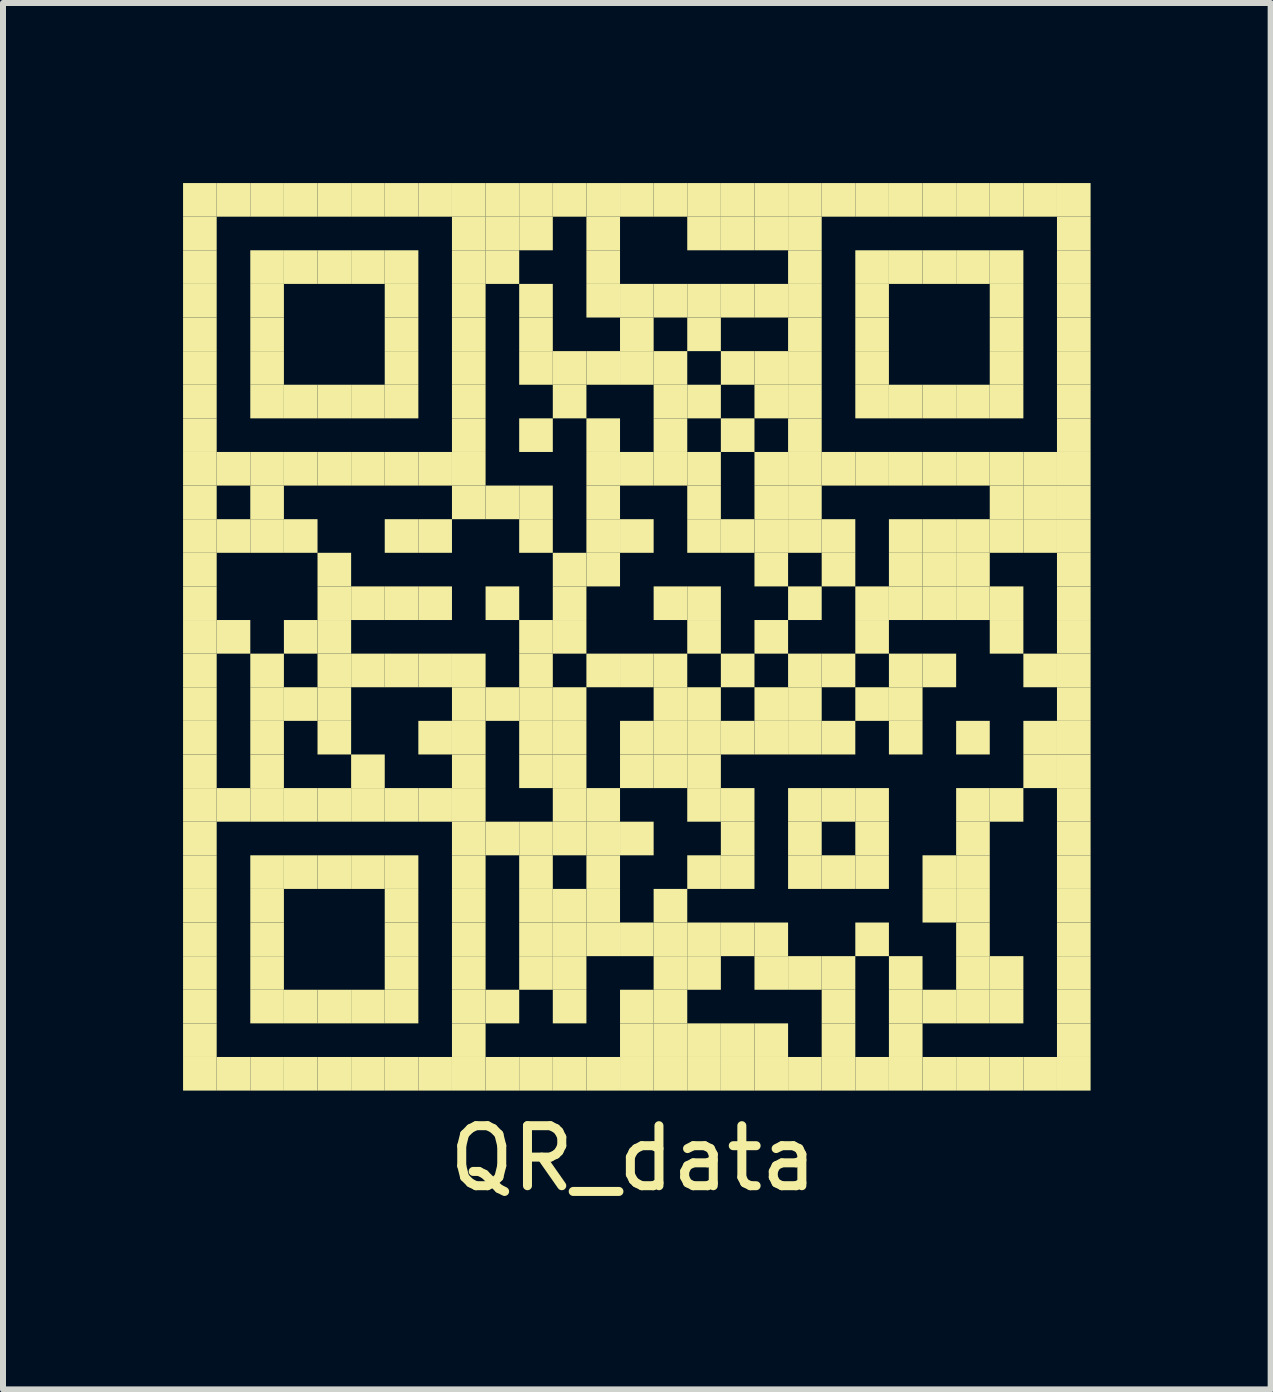
<source format=kicad_pcb>
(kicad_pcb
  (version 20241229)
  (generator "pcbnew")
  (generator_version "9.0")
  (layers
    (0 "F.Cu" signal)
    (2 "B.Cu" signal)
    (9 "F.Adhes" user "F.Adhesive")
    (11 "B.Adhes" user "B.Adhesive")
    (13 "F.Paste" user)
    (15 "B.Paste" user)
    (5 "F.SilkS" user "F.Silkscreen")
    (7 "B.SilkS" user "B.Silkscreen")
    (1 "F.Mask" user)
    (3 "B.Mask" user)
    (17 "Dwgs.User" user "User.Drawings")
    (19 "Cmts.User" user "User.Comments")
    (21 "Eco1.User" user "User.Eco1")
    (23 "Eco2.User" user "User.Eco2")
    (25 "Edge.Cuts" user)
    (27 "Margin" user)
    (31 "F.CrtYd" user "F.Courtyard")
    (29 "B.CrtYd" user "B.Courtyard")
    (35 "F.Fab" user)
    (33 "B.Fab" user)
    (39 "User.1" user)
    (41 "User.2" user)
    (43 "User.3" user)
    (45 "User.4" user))
  (footprint "QR_data"
    (layer "F.Cu")
    (at 7.5 7.5)
    (property "Reference" "QR_data" (at 0 8.75 0) (layer "F.SilkS") (effects (font (size 1 1) (thickness 0.15))))
    (attr exclude_from_pos_files exclude_from_bom)
    (fp_poly (pts (xy -7.5 -7.5) (xy -7.5 -6.94) (xy -6.94 -6.94) (xy -6.94 -7.5)) (stroke (width 0) (type solid)) (fill yes) (layer "F.SilkS"))
    (fp_poly (pts (xy -7.5 -6.94) (xy -7.5 -6.38) (xy -6.94 -6.38) (xy -6.94 -6.94)) (stroke (width 0) (type solid)) (fill yes) (layer "F.SilkS"))
    (fp_poly (pts (xy -7.5 -6.38) (xy -7.5 -5.82) (xy -6.94 -5.82) (xy -6.94 -6.38)) (stroke (width 0) (type solid)) (fill yes) (layer "F.SilkS"))
    (fp_poly (pts (xy -7.5 -5.82) (xy -7.5 -5.26) (xy -6.94 -5.26) (xy -6.94 -5.82)) (stroke (width 0) (type solid)) (fill yes) (layer "F.SilkS"))
    (fp_poly (pts (xy -7.5 -5.26) (xy -7.5 -4.7) (xy -6.94 -4.7) (xy -6.94 -5.26)) (stroke (width 0) (type solid)) (fill yes) (layer "F.SilkS"))
    (fp_poly (pts (xy -7.5 -4.7) (xy -7.5 -4.14) (xy -6.94 -4.14) (xy -6.94 -4.7)) (stroke (width 0) (type solid)) (fill yes) (layer "F.SilkS"))
    (fp_poly (pts (xy -7.5 -4.14) (xy -7.5 -3.58) (xy -6.94 -3.58) (xy -6.94 -4.14)) (stroke (width 0) (type solid)) (fill yes) (layer "F.SilkS"))
    (fp_poly (pts (xy -7.5 -3.58) (xy -7.5 -3.02) (xy -6.94 -3.02) (xy -6.94 -3.58)) (stroke (width 0) (type solid)) (fill yes) (layer "F.SilkS"))
    (fp_poly (pts (xy -7.5 -3.02) (xy -7.5 -2.46) (xy -6.94 -2.46) (xy -6.94 -3.02)) (stroke (width 0) (type solid)) (fill yes) (layer "F.SilkS"))
    (fp_poly (pts (xy -7.5 -2.46) (xy -7.5 -1.9) (xy -6.94 -1.9) (xy -6.94 -2.46)) (stroke (width 0) (type solid)) (fill yes) (layer "F.SilkS"))
    (fp_poly (pts (xy -7.5 -1.9) (xy -7.5 -1.34) (xy -6.94 -1.34) (xy -6.94 -1.9)) (stroke (width 0) (type solid)) (fill yes) (layer "F.SilkS"))
    (fp_poly (pts (xy -7.5 -1.34) (xy -7.5 -0.78) (xy -6.94 -0.78) (xy -6.94 -1.34)) (stroke (width 0) (type solid)) (fill yes) (layer "F.SilkS"))
    (fp_poly (pts (xy -7.5 -0.78) (xy -7.5 -0.22) (xy -6.94 -0.22) (xy -6.94 -0.78)) (stroke (width 0) (type solid)) (fill yes) (layer "F.SilkS"))
    (fp_poly (pts (xy -7.5 -0.22) (xy -7.5 0.34) (xy -6.94 0.34) (xy -6.94 -0.22)) (stroke (width 0) (type solid)) (fill yes) (layer "F.SilkS"))
    (fp_poly (pts (xy -7.5 0.34) (xy -7.5 0.9) (xy -6.94 0.9) (xy -6.94 0.34)) (stroke (width 0) (type solid)) (fill yes) (layer "F.SilkS"))
    (fp_poly (pts (xy -7.5 0.9) (xy -7.5 1.46) (xy -6.94 1.46) (xy -6.94 0.9)) (stroke (width 0) (type solid)) (fill yes) (layer "F.SilkS"))
    (fp_poly (pts (xy -7.5 1.46) (xy -7.5 2.02) (xy -6.94 2.02) (xy -6.94 1.46)) (stroke (width 0) (type solid)) (fill yes) (layer "F.SilkS"))
    (fp_poly (pts (xy -7.5 2.02) (xy -7.5 2.58) (xy -6.94 2.58) (xy -6.94 2.02)) (stroke (width 0) (type solid)) (fill yes) (layer "F.SilkS"))
    (fp_poly (pts (xy -7.5 2.58) (xy -7.5 3.14) (xy -6.94 3.14) (xy -6.94 2.58)) (stroke (width 0) (type solid)) (fill yes) (layer "F.SilkS"))
    (fp_poly (pts (xy -7.5 3.14) (xy -7.5 3.7) (xy -6.94 3.7) (xy -6.94 3.14)) (stroke (width 0) (type solid)) (fill yes) (layer "F.SilkS"))
    (fp_poly (pts (xy -7.5 3.7) (xy -7.5 4.26) (xy -6.94 4.26) (xy -6.94 3.7)) (stroke (width 0) (type solid)) (fill yes) (layer "F.SilkS"))
    (fp_poly (pts (xy -7.5 4.26) (xy -7.5 4.82) (xy -6.94 4.82) (xy -6.94 4.26)) (stroke (width 0) (type solid)) (fill yes) (layer "F.SilkS"))
    (fp_poly (pts (xy -7.5 4.82) (xy -7.5 5.38) (xy -6.94 5.38) (xy -6.94 4.82)) (stroke (width 0) (type solid)) (fill yes) (layer "F.SilkS"))
    (fp_poly (pts (xy -7.5 5.38) (xy -7.5 5.94) (xy -6.94 5.94) (xy -6.94 5.38)) (stroke (width 0) (type solid)) (fill yes) (layer "F.SilkS"))
    (fp_poly (pts (xy -7.5 5.94) (xy -7.5 6.5) (xy -6.94 6.5) (xy -6.94 5.94)) (stroke (width 0) (type solid)) (fill yes) (layer "F.SilkS"))
    (fp_poly (pts (xy -7.5 6.5) (xy -7.5 7.06) (xy -6.94 7.06) (xy -6.94 6.5)) (stroke (width 0) (type solid)) (fill yes) (layer "F.SilkS"))
    (fp_poly (pts (xy -7.5 7.06) (xy -7.5 7.62) (xy -6.94 7.62) (xy -6.94 7.06)) (stroke (width 0) (type solid)) (fill yes) (layer "F.SilkS"))
    (fp_poly (pts (xy -6.94 -7.5) (xy -6.94 -6.94) (xy -6.38 -6.94) (xy -6.38 -7.5)) (stroke (width 0) (type solid)) (fill yes) (layer "F.SilkS"))
    (fp_poly (pts (xy -6.94 -3.02) (xy -6.94 -2.46) (xy -6.38 -2.46) (xy -6.38 -3.02)) (stroke (width 0) (type solid)) (fill yes) (layer "F.SilkS"))
    (fp_poly (pts (xy -6.94 -1.9) (xy -6.94 -1.34) (xy -6.38 -1.34) (xy -6.38 -1.9)) (stroke (width 0) (type solid)) (fill yes) (layer "F.SilkS"))
    (fp_poly (pts (xy -6.94 -0.22) (xy -6.94 0.34) (xy -6.38 0.34) (xy -6.38 -0.22)) (stroke (width 0) (type solid)) (fill yes) (layer "F.SilkS"))
    (fp_poly (pts (xy -6.94 2.58) (xy -6.94 3.14) (xy -6.38 3.14) (xy -6.38 2.58)) (stroke (width 0) (type solid)) (fill yes) (layer "F.SilkS"))
    (fp_poly (pts (xy -6.94 7.06) (xy -6.94 7.62) (xy -6.38 7.62) (xy -6.38 7.06)) (stroke (width 0) (type solid)) (fill yes) (layer "F.SilkS"))
    (fp_poly (pts (xy -6.38 -7.5) (xy -6.38 -6.94) (xy -5.82 -6.94) (xy -5.82 -7.5)) (stroke (width 0) (type solid)) (fill yes) (layer "F.SilkS"))
    (fp_poly (pts (xy -6.38 -6.38) (xy -6.38 -5.82) (xy -5.82 -5.82) (xy -5.82 -6.38)) (stroke (width 0) (type solid)) (fill yes) (layer "F.SilkS"))
    (fp_poly (pts (xy -6.38 -5.82) (xy -6.38 -5.26) (xy -5.82 -5.26) (xy -5.82 -5.82)) (stroke (width 0) (type solid)) (fill yes) (layer "F.SilkS"))
    (fp_poly (pts (xy -6.38 -5.26) (xy -6.38 -4.7) (xy -5.82 -4.7) (xy -5.82 -5.26)) (stroke (width 0) (type solid)) (fill yes) (layer "F.SilkS"))
    (fp_poly (pts (xy -6.38 -4.7) (xy -6.38 -4.14) (xy -5.82 -4.14) (xy -5.82 -4.7)) (stroke (width 0) (type solid)) (fill yes) (layer "F.SilkS"))
    (fp_poly (pts (xy -6.38 -4.14) (xy -6.38 -3.58) (xy -5.82 -3.58) (xy -5.82 -4.14)) (stroke (width 0) (type solid)) (fill yes) (layer "F.SilkS"))
    (fp_poly (pts (xy -6.38 -3.02) (xy -6.38 -2.46) (xy -5.82 -2.46) (xy -5.82 -3.02)) (stroke (width 0) (type solid)) (fill yes) (layer "F.SilkS"))
    (fp_poly (pts (xy -6.38 -2.46) (xy -6.38 -1.9) (xy -5.82 -1.9) (xy -5.82 -2.46)) (stroke (width 0) (type solid)) (fill yes) (layer "F.SilkS"))
    (fp_poly (pts (xy -6.38 -1.9) (xy -6.38 -1.34) (xy -5.82 -1.34) (xy -5.82 -1.9)) (stroke (width 0) (type solid)) (fill yes) (layer "F.SilkS"))
    (fp_poly (pts (xy -6.38 0.34) (xy -6.38 0.9) (xy -5.82 0.9) (xy -5.82 0.34)) (stroke (width 0) (type solid)) (fill yes) (layer "F.SilkS"))
    (fp_poly (pts (xy -6.38 0.9) (xy -6.38 1.46) (xy -5.82 1.46) (xy -5.82 0.9)) (stroke (width 0) (type solid)) (fill yes) (layer "F.SilkS"))
    (fp_poly (pts (xy -6.38 1.46) (xy -6.38 2.02) (xy -5.82 2.02) (xy -5.82 1.46)) (stroke (width 0) (type solid)) (fill yes) (layer "F.SilkS"))
    (fp_poly (pts (xy -6.38 2.02) (xy -6.38 2.58) (xy -5.82 2.58) (xy -5.82 2.02)) (stroke (width 0) (type solid)) (fill yes) (layer "F.SilkS"))
    (fp_poly (pts (xy -6.38 2.58) (xy -6.38 3.14) (xy -5.82 3.14) (xy -5.82 2.58)) (stroke (width 0) (type solid)) (fill yes) (layer "F.SilkS"))
    (fp_poly (pts (xy -6.38 3.7) (xy -6.38 4.26) (xy -5.82 4.26) (xy -5.82 3.7)) (stroke (width 0) (type solid)) (fill yes) (layer "F.SilkS"))
    (fp_poly (pts (xy -6.38 4.26) (xy -6.38 4.82) (xy -5.82 4.82) (xy -5.82 4.26)) (stroke (width 0) (type solid)) (fill yes) (layer "F.SilkS"))
    (fp_poly (pts (xy -6.38 4.82) (xy -6.38 5.38) (xy -5.82 5.38) (xy -5.82 4.82)) (stroke (width 0) (type solid)) (fill yes) (layer "F.SilkS"))
    (fp_poly (pts (xy -6.38 5.38) (xy -6.38 5.94) (xy -5.82 5.94) (xy -5.82 5.38)) (stroke (width 0) (type solid)) (fill yes) (layer "F.SilkS"))
    (fp_poly (pts (xy -6.38 5.94) (xy -6.38 6.5) (xy -5.82 6.5) (xy -5.82 5.94)) (stroke (width 0) (type solid)) (fill yes) (layer "F.SilkS"))
    (fp_poly (pts (xy -6.38 7.06) (xy -6.38 7.62) (xy -5.82 7.62) (xy -5.82 7.06)) (stroke (width 0) (type solid)) (fill yes) (layer "F.SilkS"))
    (fp_poly (pts (xy -5.82 -7.5) (xy -5.82 -6.94) (xy -5.26 -6.94) (xy -5.26 -7.5)) (stroke (width 0) (type solid)) (fill yes) (layer "F.SilkS"))
    (fp_poly (pts (xy -5.82 -6.38) (xy -5.82 -5.82) (xy -5.26 -5.82) (xy -5.26 -6.38)) (stroke (width 0) (type solid)) (fill yes) (layer "F.SilkS"))
    (fp_poly (pts (xy -5.82 -4.14) (xy -5.82 -3.58) (xy -5.26 -3.58) (xy -5.26 -4.14)) (stroke (width 0) (type solid)) (fill yes) (layer "F.SilkS"))
    (fp_poly (pts (xy -5.82 -3.02) (xy -5.82 -2.46) (xy -5.26 -2.46) (xy -5.26 -3.02)) (stroke (width 0) (type solid)) (fill yes) (layer "F.SilkS"))
    (fp_poly (pts (xy -5.82 -1.9) (xy -5.82 -1.34) (xy -5.26 -1.34) (xy -5.26 -1.9)) (stroke (width 0) (type solid)) (fill yes) (layer "F.SilkS"))
    (fp_poly (pts (xy -5.82 -0.22) (xy -5.82 0.34) (xy -5.26 0.34) (xy -5.26 -0.22)) (stroke (width 0) (type solid)) (fill yes) (layer "F.SilkS"))
    (fp_poly (pts (xy -5.82 0.9) (xy -5.82 1.46) (xy -5.26 1.46) (xy -5.26 0.9)) (stroke (width 0) (type solid)) (fill yes) (layer "F.SilkS"))
    (fp_poly (pts (xy -5.82 2.58) (xy -5.82 3.14) (xy -5.26 3.14) (xy -5.26 2.58)) (stroke (width 0) (type solid)) (fill yes) (layer "F.SilkS"))
    (fp_poly (pts (xy -5.82 3.7) (xy -5.82 4.26) (xy -5.26 4.26) (xy -5.26 3.7)) (stroke (width 0) (type solid)) (fill yes) (layer "F.SilkS"))
    (fp_poly (pts (xy -5.82 5.94) (xy -5.82 6.5) (xy -5.26 6.5) (xy -5.26 5.94)) (stroke (width 0) (type solid)) (fill yes) (layer "F.SilkS"))
    (fp_poly (pts (xy -5.82 7.06) (xy -5.82 7.62) (xy -5.26 7.62) (xy -5.26 7.06)) (stroke (width 0) (type solid)) (fill yes) (layer "F.SilkS"))
    (fp_poly (pts (xy -5.26 -7.5) (xy -5.26 -6.94) (xy -4.7 -6.94) (xy -4.7 -7.5)) (stroke (width 0) (type solid)) (fill yes) (layer "F.SilkS"))
    (fp_poly (pts (xy -5.26 -6.38) (xy -5.26 -5.82) (xy -4.7 -5.82) (xy -4.7 -6.38)) (stroke (width 0) (type solid)) (fill yes) (layer "F.SilkS"))
    (fp_poly (pts (xy -5.26 -4.14) (xy -5.26 -3.58) (xy -4.7 -3.58) (xy -4.7 -4.14)) (stroke (width 0) (type solid)) (fill yes) (layer "F.SilkS"))
    (fp_poly (pts (xy -5.26 -3.02) (xy -5.26 -2.46) (xy -4.7 -2.46) (xy -4.7 -3.02)) (stroke (width 0) (type solid)) (fill yes) (layer "F.SilkS"))
    (fp_poly (pts (xy -5.26 -1.34) (xy -5.26 -0.78) (xy -4.7 -0.78) (xy -4.7 -1.34)) (stroke (width 0) (type solid)) (fill yes) (layer "F.SilkS"))
    (fp_poly (pts (xy -5.26 -0.78) (xy -5.26 -0.22) (xy -4.7 -0.22) (xy -4.7 -0.78)) (stroke (width 0) (type solid)) (fill yes) (layer "F.SilkS"))
    (fp_poly (pts (xy -5.26 -0.22) (xy -5.26 0.34) (xy -4.7 0.34) (xy -4.7 -0.22)) (stroke (width 0) (type solid)) (fill yes) (layer "F.SilkS"))
    (fp_poly (pts (xy -5.26 0.34) (xy -5.26 0.9) (xy -4.7 0.9) (xy -4.7 0.34)) (stroke (width 0) (type solid)) (fill yes) (layer "F.SilkS"))
    (fp_poly (pts (xy -5.26 0.9) (xy -5.26 1.46) (xy -4.7 1.46) (xy -4.7 0.9)) (stroke (width 0) (type solid)) (fill yes) (layer "F.SilkS"))
    (fp_poly (pts (xy -5.26 1.46) (xy -5.26 2.02) (xy -4.7 2.02) (xy -4.7 1.46)) (stroke (width 0) (type solid)) (fill yes) (layer "F.SilkS"))
    (fp_poly (pts (xy -5.26 2.58) (xy -5.26 3.14) (xy -4.7 3.14) (xy -4.7 2.58)) (stroke (width 0) (type solid)) (fill yes) (layer "F.SilkS"))
    (fp_poly (pts (xy -5.26 3.7) (xy -5.26 4.26) (xy -4.7 4.26) (xy -4.7 3.7)) (stroke (width 0) (type solid)) (fill yes) (layer "F.SilkS"))
    (fp_poly (pts (xy -5.26 5.94) (xy -5.26 6.5) (xy -4.7 6.5) (xy -4.7 5.94)) (stroke (width 0) (type solid)) (fill yes) (layer "F.SilkS"))
    (fp_poly (pts (xy -5.26 7.06) (xy -5.26 7.62) (xy -4.7 7.62) (xy -4.7 7.06)) (stroke (width 0) (type solid)) (fill yes) (layer "F.SilkS"))
    (fp_poly (pts (xy -4.7 -7.5) (xy -4.7 -6.94) (xy -4.14 -6.94) (xy -4.14 -7.5)) (stroke (width 0) (type solid)) (fill yes) (layer "F.SilkS"))
    (fp_poly (pts (xy -4.7 -6.38) (xy -4.7 -5.82) (xy -4.14 -5.82) (xy -4.14 -6.38)) (stroke (width 0) (type solid)) (fill yes) (layer "F.SilkS"))
    (fp_poly (pts (xy -4.7 -4.14) (xy -4.7 -3.58) (xy -4.14 -3.58) (xy -4.14 -4.14)) (stroke (width 0) (type solid)) (fill yes) (layer "F.SilkS"))
    (fp_poly (pts (xy -4.7 -3.02) (xy -4.7 -2.46) (xy -4.14 -2.46) (xy -4.14 -3.02)) (stroke (width 0) (type solid)) (fill yes) (layer "F.SilkS"))
    (fp_poly (pts (xy -4.7 -0.78) (xy -4.7 -0.22) (xy -4.14 -0.22) (xy -4.14 -0.78)) (stroke (width 0) (type solid)) (fill yes) (layer "F.SilkS"))
    (fp_poly (pts (xy -4.7 0.34) (xy -4.7 0.9) (xy -4.14 0.9) (xy -4.14 0.34)) (stroke (width 0) (type solid)) (fill yes) (layer "F.SilkS"))
    (fp_poly (pts (xy -4.7 2.02) (xy -4.7 2.58) (xy -4.14 2.58) (xy -4.14 2.02)) (stroke (width 0) (type solid)) (fill yes) (layer "F.SilkS"))
    (fp_poly (pts (xy -4.7 2.58) (xy -4.7 3.14) (xy -4.14 3.14) (xy -4.14 2.58)) (stroke (width 0) (type solid)) (fill yes) (layer "F.SilkS"))
    (fp_poly (pts (xy -4.7 3.7) (xy -4.7 4.26) (xy -4.14 4.26) (xy -4.14 3.7)) (stroke (width 0) (type solid)) (fill yes) (layer "F.SilkS"))
    (fp_poly (pts (xy -4.7 5.94) (xy -4.7 6.5) (xy -4.14 6.5) (xy -4.14 5.94)) (stroke (width 0) (type solid)) (fill yes) (layer "F.SilkS"))
    (fp_poly (pts (xy -4.7 7.06) (xy -4.7 7.62) (xy -4.14 7.62) (xy -4.14 7.06)) (stroke (width 0) (type solid)) (fill yes) (layer "F.SilkS"))
    (fp_poly (pts (xy -4.14 -7.5) (xy -4.14 -6.94) (xy -3.58 -6.94) (xy -3.58 -7.5)) (stroke (width 0) (type solid)) (fill yes) (layer "F.SilkS"))
    (fp_poly (pts (xy -4.14 -6.38) (xy -4.14 -5.82) (xy -3.58 -5.82) (xy -3.58 -6.38)) (stroke (width 0) (type solid)) (fill yes) (layer "F.SilkS"))
    (fp_poly (pts (xy -4.14 -5.82) (xy -4.14 -5.26) (xy -3.58 -5.26) (xy -3.58 -5.82)) (stroke (width 0) (type solid)) (fill yes) (layer "F.SilkS"))
    (fp_poly (pts (xy -4.14 -5.26) (xy -4.14 -4.7) (xy -3.58 -4.7) (xy -3.58 -5.26)) (stroke (width 0) (type solid)) (fill yes) (layer "F.SilkS"))
    (fp_poly (pts (xy -4.14 -4.7) (xy -4.14 -4.14) (xy -3.58 -4.14) (xy -3.58 -4.7)) (stroke (width 0) (type solid)) (fill yes) (layer "F.SilkS"))
    (fp_poly (pts (xy -4.14 -4.14) (xy -4.14 -3.58) (xy -3.58 -3.58) (xy -3.58 -4.14)) (stroke (width 0) (type solid)) (fill yes) (layer "F.SilkS"))
    (fp_poly (pts (xy -4.14 -3.02) (xy -4.14 -2.46) (xy -3.58 -2.46) (xy -3.58 -3.02)) (stroke (width 0) (type solid)) (fill yes) (layer "F.SilkS"))
    (fp_poly (pts (xy -4.14 -1.9) (xy -4.14 -1.34) (xy -3.58 -1.34) (xy -3.58 -1.9)) (stroke (width 0) (type solid)) (fill yes) (layer "F.SilkS"))
    (fp_poly (pts (xy -4.14 -0.78) (xy -4.14 -0.22) (xy -3.58 -0.22) (xy -3.58 -0.78)) (stroke (width 0) (type solid)) (fill yes) (layer "F.SilkS"))
    (fp_poly (pts (xy -4.14 0.34) (xy -4.14 0.9) (xy -3.58 0.9) (xy -3.58 0.34)) (stroke (width 0) (type solid)) (fill yes) (layer "F.SilkS"))
    (fp_poly (pts (xy -4.14 2.58) (xy -4.14 3.14) (xy -3.58 3.14) (xy -3.58 2.58)) (stroke (width 0) (type solid)) (fill yes) (layer "F.SilkS"))
    (fp_poly (pts (xy -4.14 3.7) (xy -4.14 4.26) (xy -3.58 4.26) (xy -3.58 3.7)) (stroke (width 0) (type solid)) (fill yes) (layer "F.SilkS"))
    (fp_poly (pts (xy -4.14 4.26) (xy -4.14 4.82) (xy -3.58 4.82) (xy -3.58 4.26)) (stroke (width 0) (type solid)) (fill yes) (layer "F.SilkS"))
    (fp_poly (pts (xy -4.14 4.82) (xy -4.14 5.38) (xy -3.58 5.38) (xy -3.58 4.82)) (stroke (width 0) (type solid)) (fill yes) (layer "F.SilkS"))
    (fp_poly (pts (xy -4.14 5.38) (xy -4.14 5.94) (xy -3.58 5.94) (xy -3.58 5.38)) (stroke (width 0) (type solid)) (fill yes) (layer "F.SilkS"))
    (fp_poly (pts (xy -4.14 5.94) (xy -4.14 6.5) (xy -3.58 6.5) (xy -3.58 5.94)) (stroke (width 0) (type solid)) (fill yes) (layer "F.SilkS"))
    (fp_poly (pts (xy -4.14 7.06) (xy -4.14 7.62) (xy -3.58 7.62) (xy -3.58 7.06)) (stroke (width 0) (type solid)) (fill yes) (layer "F.SilkS"))
    (fp_poly (pts (xy -3.58 -7.5) (xy -3.58 -6.94) (xy -3.02 -6.94) (xy -3.02 -7.5)) (stroke (width 0) (type solid)) (fill yes) (layer "F.SilkS"))
    (fp_poly (pts (xy -3.58 -3.02) (xy -3.58 -2.46) (xy -3.02 -2.46) (xy -3.02 -3.02)) (stroke (width 0) (type solid)) (fill yes) (layer "F.SilkS"))
    (fp_poly (pts (xy -3.58 -1.9) (xy -3.58 -1.34) (xy -3.02 -1.34) (xy -3.02 -1.9)) (stroke (width 0) (type solid)) (fill yes) (layer "F.SilkS"))
    (fp_poly (pts (xy -3.58 -0.78) (xy -3.58 -0.22) (xy -3.02 -0.22) (xy -3.02 -0.78)) (stroke (width 0) (type solid)) (fill yes) (layer "F.SilkS"))
    (fp_poly (pts (xy -3.58 0.34) (xy -3.58 0.9) (xy -3.02 0.9) (xy -3.02 0.34)) (stroke (width 0) (type solid)) (fill yes) (layer "F.SilkS"))
    (fp_poly (pts (xy -3.58 1.46) (xy -3.58 2.02) (xy -3.02 2.02) (xy -3.02 1.46)) (stroke (width 0) (type solid)) (fill yes) (layer "F.SilkS"))
    (fp_poly (pts (xy -3.58 2.58) (xy -3.58 3.14) (xy -3.02 3.14) (xy -3.02 2.58)) (stroke (width 0) (type solid)) (fill yes) (layer "F.SilkS"))
    (fp_poly (pts (xy -3.58 7.06) (xy -3.58 7.62) (xy -3.02 7.62) (xy -3.02 7.06)) (stroke (width 0) (type solid)) (fill yes) (layer "F.SilkS"))
    (fp_poly (pts (xy -3.02 -7.5) (xy -3.02 -6.94) (xy -2.46 -6.94) (xy -2.46 -7.5)) (stroke (width 0) (type solid)) (fill yes) (layer "F.SilkS"))
    (fp_poly (pts (xy -3.02 -6.94) (xy -3.02 -6.38) (xy -2.46 -6.38) (xy -2.46 -6.94)) (stroke (width 0) (type solid)) (fill yes) (layer "F.SilkS"))
    (fp_poly (pts (xy -3.02 -6.38) (xy -3.02 -5.82) (xy -2.46 -5.82) (xy -2.46 -6.38)) (stroke (width 0) (type solid)) (fill yes) (layer "F.SilkS"))
    (fp_poly (pts (xy -3.02 -5.82) (xy -3.02 -5.26) (xy -2.46 -5.26) (xy -2.46 -5.82)) (stroke (width 0) (type solid)) (fill yes) (layer "F.SilkS"))
    (fp_poly (pts (xy -3.02 -5.26) (xy -3.02 -4.7) (xy -2.46 -4.7) (xy -2.46 -5.26)) (stroke (width 0) (type solid)) (fill yes) (layer "F.SilkS"))
    (fp_poly (pts (xy -3.02 -4.7) (xy -3.02 -4.14) (xy -2.46 -4.14) (xy -2.46 -4.7)) (stroke (width 0) (type solid)) (fill yes) (layer "F.SilkS"))
    (fp_poly (pts (xy -3.02 -4.14) (xy -3.02 -3.58) (xy -2.46 -3.58) (xy -2.46 -4.14)) (stroke (width 0) (type solid)) (fill yes) (layer "F.SilkS"))
    (fp_poly (pts (xy -3.02 -3.58) (xy -3.02 -3.02) (xy -2.46 -3.02) (xy -2.46 -3.58)) (stroke (width 0) (type solid)) (fill yes) (layer "F.SilkS"))
    (fp_poly (pts (xy -3.02 -3.02) (xy -3.02 -2.46) (xy -2.46 -2.46) (xy -2.46 -3.02)) (stroke (width 0) (type solid)) (fill yes) (layer "F.SilkS"))
    (fp_poly (pts (xy -3.02 -2.46) (xy -3.02 -1.9) (xy -2.46 -1.9) (xy -2.46 -2.46)) (stroke (width 0) (type solid)) (fill yes) (layer "F.SilkS"))
    (fp_poly (pts (xy -3.02 0.34) (xy -3.02 0.9) (xy -2.46 0.9) (xy -2.46 0.34)) (stroke (width 0) (type solid)) (fill yes) (layer "F.SilkS"))
    (fp_poly (pts (xy -3.02 0.9) (xy -3.02 1.46) (xy -2.46 1.46) (xy -2.46 0.9)) (stroke (width 0) (type solid)) (fill yes) (layer "F.SilkS"))
    (fp_poly (pts (xy -3.02 1.46) (xy -3.02 2.02) (xy -2.46 2.02) (xy -2.46 1.46)) (stroke (width 0) (type solid)) (fill yes) (layer "F.SilkS"))
    (fp_poly (pts (xy -3.02 2.02) (xy -3.02 2.58) (xy -2.46 2.58) (xy -2.46 2.02)) (stroke (width 0) (type solid)) (fill yes) (layer "F.SilkS"))
    (fp_poly (pts (xy -3.02 2.58) (xy -3.02 3.14) (xy -2.46 3.14) (xy -2.46 2.58)) (stroke (width 0) (type solid)) (fill yes) (layer "F.SilkS"))
    (fp_poly (pts (xy -3.02 3.14) (xy -3.02 3.7) (xy -2.46 3.7) (xy -2.46 3.14)) (stroke (width 0) (type solid)) (fill yes) (layer "F.SilkS"))
    (fp_poly (pts (xy -3.02 3.7) (xy -3.02 4.26) (xy -2.46 4.26) (xy -2.46 3.7)) (stroke (width 0) (type solid)) (fill yes) (layer "F.SilkS"))
    (fp_poly (pts (xy -3.02 4.26) (xy -3.02 4.82) (xy -2.46 4.82) (xy -2.46 4.26)) (stroke (width 0) (type solid)) (fill yes) (layer "F.SilkS"))
    (fp_poly (pts (xy -3.02 4.82) (xy -3.02 5.38) (xy -2.46 5.38) (xy -2.46 4.82)) (stroke (width 0) (type solid)) (fill yes) (layer "F.SilkS"))
    (fp_poly (pts (xy -3.02 5.38) (xy -3.02 5.94) (xy -2.46 5.94) (xy -2.46 5.38)) (stroke (width 0) (type solid)) (fill yes) (layer "F.SilkS"))
    (fp_poly (pts (xy -3.02 5.94) (xy -3.02 6.5) (xy -2.46 6.5) (xy -2.46 5.94)) (stroke (width 0) (type solid)) (fill yes) (layer "F.SilkS"))
    (fp_poly (pts (xy -3.02 6.5) (xy -3.02 7.06) (xy -2.46 7.06) (xy -2.46 6.5)) (stroke (width 0) (type solid)) (fill yes) (layer "F.SilkS"))
    (fp_poly (pts (xy -3.02 7.06) (xy -3.02 7.62) (xy -2.46 7.62) (xy -2.46 7.06)) (stroke (width 0) (type solid)) (fill yes) (layer "F.SilkS"))
    (fp_poly (pts (xy -2.46 -7.5) (xy -2.46 -6.94) (xy -1.9 -6.94) (xy -1.9 -7.5)) (stroke (width 0) (type solid)) (fill yes) (layer "F.SilkS"))
    (fp_poly (pts (xy -2.46 -6.94) (xy -2.46 -6.38) (xy -1.9 -6.38) (xy -1.9 -6.94)) (stroke (width 0) (type solid)) (fill yes) (layer "F.SilkS"))
    (fp_poly (pts (xy -2.46 -6.38) (xy -2.46 -5.82) (xy -1.9 -5.82) (xy -1.9 -6.38)) (stroke (width 0) (type solid)) (fill yes) (layer "F.SilkS"))
    (fp_poly (pts (xy -2.46 -2.46) (xy -2.46 -1.9) (xy -1.9 -1.9) (xy -1.9 -2.46)) (stroke (width 0) (type solid)) (fill yes) (layer "F.SilkS"))
    (fp_poly (pts (xy -2.46 -0.78) (xy -2.46 -0.22) (xy -1.9 -0.22) (xy -1.9 -0.78)) (stroke (width 0) (type solid)) (fill yes) (layer "F.SilkS"))
    (fp_poly (pts (xy -2.46 0.9) (xy -2.46 1.46) (xy -1.9 1.46) (xy -1.9 0.9)) (stroke (width 0) (type solid)) (fill yes) (layer "F.SilkS"))
    (fp_poly (pts (xy -2.46 3.14) (xy -2.46 3.7) (xy -1.9 3.7) (xy -1.9 3.14)) (stroke (width 0) (type solid)) (fill yes) (layer "F.SilkS"))
    (fp_poly (pts (xy -2.46 5.94) (xy -2.46 6.5) (xy -1.9 6.5) (xy -1.9 5.94)) (stroke (width 0) (type solid)) (fill yes) (layer "F.SilkS"))
    (fp_poly (pts (xy -2.46 7.06) (xy -2.46 7.62) (xy -1.9 7.62) (xy -1.9 7.06)) (stroke (width 0) (type solid)) (fill yes) (layer "F.SilkS"))
    (fp_poly (pts (xy -1.9 -7.5) (xy -1.9 -6.94) (xy -1.34 -6.94) (xy -1.34 -7.5)) (stroke (width 0) (type solid)) (fill yes) (layer "F.SilkS"))
    (fp_poly (pts (xy -1.9 -6.94) (xy -1.9 -6.38) (xy -1.34 -6.38) (xy -1.34 -6.94)) (stroke (width 0) (type solid)) (fill yes) (layer "F.SilkS"))
    (fp_poly (pts (xy -1.9 -5.82) (xy -1.9 -5.26) (xy -1.34 -5.26) (xy -1.34 -5.82)) (stroke (width 0) (type solid)) (fill yes) (layer "F.SilkS"))
    (fp_poly (pts (xy -1.9 -5.26) (xy -1.9 -4.7) (xy -1.34 -4.7) (xy -1.34 -5.26)) (stroke (width 0) (type solid)) (fill yes) (layer "F.SilkS"))
    (fp_poly (pts (xy -1.9 -4.7) (xy -1.9 -4.14) (xy -1.34 -4.14) (xy -1.34 -4.7)) (stroke (width 0) (type solid)) (fill yes) (layer "F.SilkS"))
    (fp_poly (pts (xy -1.9 -3.58) (xy -1.9 -3.02) (xy -1.34 -3.02) (xy -1.34 -3.58)) (stroke (width 0) (type solid)) (fill yes) (layer "F.SilkS"))
    (fp_poly (pts (xy -1.9 -2.46) (xy -1.9 -1.9) (xy -1.34 -1.9) (xy -1.34 -2.46)) (stroke (width 0) (type solid)) (fill yes) (layer "F.SilkS"))
    (fp_poly (pts (xy -1.9 -1.9) (xy -1.9 -1.34) (xy -1.34 -1.34) (xy -1.34 -1.9)) (stroke (width 0) (type solid)) (fill yes) (layer "F.SilkS"))
    (fp_poly (pts (xy -1.9 -0.22) (xy -1.9 0.34) (xy -1.34 0.34) (xy -1.34 -0.22)) (stroke (width 0) (type solid)) (fill yes) (layer "F.SilkS"))
    (fp_poly (pts (xy -1.9 0.34) (xy -1.9 0.9) (xy -1.34 0.9) (xy -1.34 0.34)) (stroke (width 0) (type solid)) (fill yes) (layer "F.SilkS"))
    (fp_poly (pts (xy -1.9 0.9) (xy -1.9 1.46) (xy -1.34 1.46) (xy -1.34 0.9)) (stroke (width 0) (type solid)) (fill yes) (layer "F.SilkS"))
    (fp_poly (pts (xy -1.9 1.46) (xy -1.9 2.02) (xy -1.34 2.02) (xy -1.34 1.46)) (stroke (width 0) (type solid)) (fill yes) (layer "F.SilkS"))
    (fp_poly (pts (xy -1.9 2.02) (xy -1.9 2.58) (xy -1.34 2.58) (xy -1.34 2.02)) (stroke (width 0) (type solid)) (fill yes) (layer "F.SilkS"))
    (fp_poly (pts (xy -1.9 3.14) (xy -1.9 3.7) (xy -1.34 3.7) (xy -1.34 3.14)) (stroke (width 0) (type solid)) (fill yes) (layer "F.SilkS"))
    (fp_poly (pts (xy -1.9 3.7) (xy -1.9 4.26) (xy -1.34 4.26) (xy -1.34 3.7)) (stroke (width 0) (type solid)) (fill yes) (layer "F.SilkS"))
    (fp_poly (pts (xy -1.9 4.26) (xy -1.9 4.82) (xy -1.34 4.82) (xy -1.34 4.26)) (stroke (width 0) (type solid)) (fill yes) (layer "F.SilkS"))
    (fp_poly (pts (xy -1.9 4.82) (xy -1.9 5.38) (xy -1.34 5.38) (xy -1.34 4.82)) (stroke (width 0) (type solid)) (fill yes) (layer "F.SilkS"))
    (fp_poly (pts (xy -1.9 5.38) (xy -1.9 5.94) (xy -1.34 5.94) (xy -1.34 5.38)) (stroke (width 0) (type solid)) (fill yes) (layer "F.SilkS"))
    (fp_poly (pts (xy -1.9 7.06) (xy -1.9 7.62) (xy -1.34 7.62) (xy -1.34 7.06)) (stroke (width 0) (type solid)) (fill yes) (layer "F.SilkS"))
    (fp_poly (pts (xy -1.34 -7.5) (xy -1.34 -6.94) (xy -0.78 -6.94) (xy -0.78 -7.5)) (stroke (width 0) (type solid)) (fill yes) (layer "F.SilkS"))
    (fp_poly (pts (xy -1.34 -4.7) (xy -1.34 -4.14) (xy -0.78 -4.14) (xy -0.78 -4.7)) (stroke (width 0) (type solid)) (fill yes) (layer "F.SilkS"))
    (fp_poly (pts (xy -1.34 -4.14) (xy -1.34 -3.58) (xy -0.78 -3.58) (xy -0.78 -4.14)) (stroke (width 0) (type solid)) (fill yes) (layer "F.SilkS"))
    (fp_poly (pts (xy -1.34 -1.34) (xy -1.34 -0.78) (xy -0.78 -0.78) (xy -0.78 -1.34)) (stroke (width 0) (type solid)) (fill yes) (layer "F.SilkS"))
    (fp_poly (pts (xy -1.34 -0.78) (xy -1.34 -0.22) (xy -0.78 -0.22) (xy -0.78 -0.78)) (stroke (width 0) (type solid)) (fill yes) (layer "F.SilkS"))
    (fp_poly (pts (xy -1.34 -0.22) (xy -1.34 0.34) (xy -0.78 0.34) (xy -0.78 -0.22)) (stroke (width 0) (type solid)) (fill yes) (layer "F.SilkS"))
    (fp_poly (pts (xy -1.34 0.9) (xy -1.34 1.46) (xy -0.78 1.46) (xy -0.78 0.9)) (stroke (width 0) (type solid)) (fill yes) (layer "F.SilkS"))
    (fp_poly (pts (xy -1.34 1.46) (xy -1.34 2.02) (xy -0.78 2.02) (xy -0.78 1.46)) (stroke (width 0) (type solid)) (fill yes) (layer "F.SilkS"))
    (fp_poly (pts (xy -1.34 2.02) (xy -1.34 2.58) (xy -0.78 2.58) (xy -0.78 2.02)) (stroke (width 0) (type solid)) (fill yes) (layer "F.SilkS"))
    (fp_poly (pts (xy -1.34 2.58) (xy -1.34 3.14) (xy -0.78 3.14) (xy -0.78 2.58)) (stroke (width 0) (type solid)) (fill yes) (layer "F.SilkS"))
    (fp_poly (pts (xy -1.34 3.14) (xy -1.34 3.7) (xy -0.78 3.7) (xy -0.78 3.14)) (stroke (width 0) (type solid)) (fill yes) (layer "F.SilkS"))
    (fp_poly (pts (xy -1.34 4.26) (xy -1.34 4.82) (xy -0.78 4.82) (xy -0.78 4.26)) (stroke (width 0) (type solid)) (fill yes) (layer "F.SilkS"))
    (fp_poly (pts (xy -1.34 4.82) (xy -1.34 5.38) (xy -0.78 5.38) (xy -0.78 4.82)) (stroke (width 0) (type solid)) (fill yes) (layer "F.SilkS"))
    (fp_poly (pts (xy -1.34 5.38) (xy -1.34 5.94) (xy -0.78 5.94) (xy -0.78 5.38)) (stroke (width 0) (type solid)) (fill yes) (layer "F.SilkS"))
    (fp_poly (pts (xy -1.34 5.94) (xy -1.34 6.5) (xy -0.78 6.5) (xy -0.78 5.94)) (stroke (width 0) (type solid)) (fill yes) (layer "F.SilkS"))
    (fp_poly (pts (xy -1.34 7.06) (xy -1.34 7.62) (xy -0.78 7.62) (xy -0.78 7.06)) (stroke (width 0) (type solid)) (fill yes) (layer "F.SilkS"))
    (fp_poly (pts (xy -0.78 -7.5) (xy -0.78 -6.94) (xy -0.22 -6.94) (xy -0.22 -7.5)) (stroke (width 0) (type solid)) (fill yes) (layer "F.SilkS"))
    (fp_poly (pts (xy -0.78 -6.94) (xy -0.78 -6.38) (xy -0.22 -6.38) (xy -0.22 -6.94)) (stroke (width 0) (type solid)) (fill yes) (layer "F.SilkS"))
    (fp_poly (pts (xy -0.78 -6.38) (xy -0.78 -5.82) (xy -0.22 -5.82) (xy -0.22 -6.38)) (stroke (width 0) (type solid)) (fill yes) (layer "F.SilkS"))
    (fp_poly (pts (xy -0.78 -5.82) (xy -0.78 -5.26) (xy -0.22 -5.26) (xy -0.22 -5.82)) (stroke (width 0) (type solid)) (fill yes) (layer "F.SilkS"))
    (fp_poly (pts (xy -0.78 -4.7) (xy -0.78 -4.14) (xy -0.22 -4.14) (xy -0.22 -4.7)) (stroke (width 0) (type solid)) (fill yes) (layer "F.SilkS"))
    (fp_poly (pts (xy -0.78 -3.58) (xy -0.78 -3.02) (xy -0.22 -3.02) (xy -0.22 -3.58)) (stroke (width 0) (type solid)) (fill yes) (layer "F.SilkS"))
    (fp_poly (pts (xy -0.78 -3.02) (xy -0.78 -2.46) (xy -0.22 -2.46) (xy -0.22 -3.02)) (stroke (width 0) (type solid)) (fill yes) (layer "F.SilkS"))
    (fp_poly (pts (xy -0.78 -2.46) (xy -0.78 -1.9) (xy -0.22 -1.9) (xy -0.22 -2.46)) (stroke (width 0) (type solid)) (fill yes) (layer "F.SilkS"))
    (fp_poly (pts (xy -0.78 -1.9) (xy -0.78 -1.34) (xy -0.22 -1.34) (xy -0.22 -1.9)) (stroke (width 0) (type solid)) (fill yes) (layer "F.SilkS"))
    (fp_poly (pts (xy -0.78 -1.34) (xy -0.78 -0.78) (xy -0.22 -0.78) (xy -0.22 -1.34)) (stroke (width 0) (type solid)) (fill yes) (layer "F.SilkS"))
    (fp_poly (pts (xy -0.78 0.34) (xy -0.78 0.9) (xy -0.22 0.9) (xy -0.22 0.34)) (stroke (width 0) (type solid)) (fill yes) (layer "F.SilkS"))
    (fp_poly (pts (xy -0.78 2.58) (xy -0.78 3.14) (xy -0.22 3.14) (xy -0.22 2.58)) (stroke (width 0) (type solid)) (fill yes) (layer "F.SilkS"))
    (fp_poly (pts (xy -0.78 3.14) (xy -0.78 3.7) (xy -0.22 3.7) (xy -0.22 3.14)) (stroke (width 0) (type solid)) (fill yes) (layer "F.SilkS"))
    (fp_poly (pts (xy -0.78 3.7) (xy -0.78 4.26) (xy -0.22 4.26) (xy -0.22 3.7)) (stroke (width 0) (type solid)) (fill yes) (layer "F.SilkS"))
    (fp_poly (pts (xy -0.78 4.26) (xy -0.78 4.82) (xy -0.22 4.82) (xy -0.22 4.26)) (stroke (width 0) (type solid)) (fill yes) (layer "F.SilkS"))
    (fp_poly (pts (xy -0.78 4.82) (xy -0.78 5.38) (xy -0.22 5.38) (xy -0.22 4.82)) (stroke (width 0) (type solid)) (fill yes) (layer "F.SilkS"))
    (fp_poly (pts (xy -0.78 7.06) (xy -0.78 7.62) (xy -0.22 7.62) (xy -0.22 7.06)) (stroke (width 0) (type solid)) (fill yes) (layer "F.SilkS"))
    (fp_poly (pts (xy -0.22 -7.5) (xy -0.22 -6.94) (xy 0.34 -6.94) (xy 0.34 -7.5)) (stroke (width 0) (type solid)) (fill yes) (layer "F.SilkS"))
    (fp_poly (pts (xy -0.22 -5.82) (xy -0.22 -5.26) (xy 0.34 -5.26) (xy 0.34 -5.82)) (stroke (width 0) (type solid)) (fill yes) (layer "F.SilkS"))
    (fp_poly (pts (xy -0.22 -5.26) (xy -0.22 -4.7) (xy 0.34 -4.7) (xy 0.34 -5.26)) (stroke (width 0) (type solid)) (fill yes) (layer "F.SilkS"))
    (fp_poly (pts (xy -0.22 -4.7) (xy -0.22 -4.14) (xy 0.34 -4.14) (xy 0.34 -4.7)) (stroke (width 0) (type solid)) (fill yes) (layer "F.SilkS"))
    (fp_poly (pts (xy -0.22 -3.02) (xy -0.22 -2.46) (xy 0.34 -2.46) (xy 0.34 -3.02)) (stroke (width 0) (type solid)) (fill yes) (layer "F.SilkS"))
    (fp_poly (pts (xy -0.22 -1.9) (xy -0.22 -1.34) (xy 0.34 -1.34) (xy 0.34 -1.9)) (stroke (width 0) (type solid)) (fill yes) (layer "F.SilkS"))
    (fp_poly (pts (xy -0.22 0.34) (xy -0.22 0.9) (xy 0.34 0.9) (xy 0.34 0.34)) (stroke (width 0) (type solid)) (fill yes) (layer "F.SilkS"))
    (fp_poly (pts (xy -0.22 1.46) (xy -0.22 2.02) (xy 0.34 2.02) (xy 0.34 1.46)) (stroke (width 0) (type solid)) (fill yes) (layer "F.SilkS"))
    (fp_poly (pts (xy -0.22 2.02) (xy -0.22 2.58) (xy 0.34 2.58) (xy 0.34 2.02)) (stroke (width 0) (type solid)) (fill yes) (layer "F.SilkS"))
    (fp_poly (pts (xy -0.22 3.14) (xy -0.22 3.7) (xy 0.34 3.7) (xy 0.34 3.14)) (stroke (width 0) (type solid)) (fill yes) (layer "F.SilkS"))
    (fp_poly (pts (xy -0.22 4.82) (xy -0.22 5.38) (xy 0.34 5.38) (xy 0.34 4.82)) (stroke (width 0) (type solid)) (fill yes) (layer "F.SilkS"))
    (fp_poly (pts (xy -0.22 5.94) (xy -0.22 6.5) (xy 0.34 6.5) (xy 0.34 5.94)) (stroke (width 0) (type solid)) (fill yes) (layer "F.SilkS"))
    (fp_poly (pts (xy -0.22 6.5) (xy -0.22 7.06) (xy 0.34 7.06) (xy 0.34 6.5)) (stroke (width 0) (type solid)) (fill yes) (layer "F.SilkS"))
    (fp_poly (pts (xy -0.22 7.06) (xy -0.22 7.62) (xy 0.34 7.62) (xy 0.34 7.06)) (stroke (width 0) (type solid)) (fill yes) (layer "F.SilkS"))
    (fp_poly (pts (xy 0.34 -7.5) (xy 0.34 -6.94) (xy 0.9 -6.94) (xy 0.9 -7.5)) (stroke (width 0) (type solid)) (fill yes) (layer "F.SilkS"))
    (fp_poly (pts (xy 0.34 -5.82) (xy 0.34 -5.26) (xy 0.9 -5.26) (xy 0.9 -5.82)) (stroke (width 0) (type solid)) (fill yes) (layer "F.SilkS"))
    (fp_poly (pts (xy 0.34 -4.7) (xy 0.34 -4.14) (xy 0.9 -4.14) (xy 0.9 -4.7)) (stroke (width 0) (type solid)) (fill yes) (layer "F.SilkS"))
    (fp_poly (pts (xy 0.34 -4.14) (xy 0.34 -3.58) (xy 0.9 -3.58) (xy 0.9 -4.14)) (stroke (width 0) (type solid)) (fill yes) (layer "F.SilkS"))
    (fp_poly (pts (xy 0.34 -3.58) (xy 0.34 -3.02) (xy 0.9 -3.02) (xy 0.9 -3.58)) (stroke (width 0) (type solid)) (fill yes) (layer "F.SilkS"))
    (fp_poly (pts (xy 0.34 -3.02) (xy 0.34 -2.46) (xy 0.9 -2.46) (xy 0.9 -3.02)) (stroke (width 0) (type solid)) (fill yes) (layer "F.SilkS"))
    (fp_poly (pts (xy 0.34 -0.78) (xy 0.34 -0.22) (xy 0.9 -0.22) (xy 0.9 -0.78)) (stroke (width 0) (type solid)) (fill yes) (layer "F.SilkS"))
    (fp_poly (pts (xy 0.34 0.34) (xy 0.34 0.9) (xy 0.9 0.9) (xy 0.9 0.34)) (stroke (width 0) (type solid)) (fill yes) (layer "F.SilkS"))
    (fp_poly (pts (xy 0.34 0.9) (xy 0.34 1.46) (xy 0.9 1.46) (xy 0.9 0.9)) (stroke (width 0) (type solid)) (fill yes) (layer "F.SilkS"))
    (fp_poly (pts (xy 0.34 1.46) (xy 0.34 2.02) (xy 0.9 2.02) (xy 0.9 1.46)) (stroke (width 0) (type solid)) (fill yes) (layer "F.SilkS"))
    (fp_poly (pts (xy 0.34 2.02) (xy 0.34 2.58) (xy 0.9 2.58) (xy 0.9 2.02)) (stroke (width 0) (type solid)) (fill yes) (layer "F.SilkS"))
    (fp_poly (pts (xy 0.34 4.26) (xy 0.34 4.82) (xy 0.9 4.82) (xy 0.9 4.26)) (stroke (width 0) (type solid)) (fill yes) (layer "F.SilkS"))
    (fp_poly (pts (xy 0.34 4.82) (xy 0.34 5.38) (xy 0.9 5.38) (xy 0.9 4.82)) (stroke (width 0) (type solid)) (fill yes) (layer "F.SilkS"))
    (fp_poly (pts (xy 0.34 5.38) (xy 0.34 5.94) (xy 0.9 5.94) (xy 0.9 5.38)) (stroke (width 0) (type solid)) (fill yes) (layer "F.SilkS"))
    (fp_poly (pts (xy 0.34 5.94) (xy 0.34 6.5) (xy 0.9 6.5) (xy 0.9 5.94)) (stroke (width 0) (type solid)) (fill yes) (layer "F.SilkS"))
    (fp_poly (pts (xy 0.34 6.5) (xy 0.34 7.06) (xy 0.9 7.06) (xy 0.9 6.5)) (stroke (width 0) (type solid)) (fill yes) (layer "F.SilkS"))
    (fp_poly (pts (xy 0.34 7.06) (xy 0.34 7.62) (xy 0.9 7.62) (xy 0.9 7.06)) (stroke (width 0) (type solid)) (fill yes) (layer "F.SilkS"))
    (fp_poly (pts (xy 0.9 -7.5) (xy 0.9 -6.94) (xy 1.46 -6.94) (xy 1.46 -7.5)) (stroke (width 0) (type solid)) (fill yes) (layer "F.SilkS"))
    (fp_poly (pts (xy 0.9 -6.94) (xy 0.9 -6.38) (xy 1.46 -6.38) (xy 1.46 -6.94)) (stroke (width 0) (type solid)) (fill yes) (layer "F.SilkS"))
    (fp_poly (pts (xy 0.9 -5.82) (xy 0.9 -5.26) (xy 1.46 -5.26) (xy 1.46 -5.82)) (stroke (width 0) (type solid)) (fill yes) (layer "F.SilkS"))
    (fp_poly (pts (xy 0.9 -5.26) (xy 0.9 -4.7) (xy 1.46 -4.7) (xy 1.46 -5.26)) (stroke (width 0) (type solid)) (fill yes) (layer "F.SilkS"))
    (fp_poly (pts (xy 0.9 -4.14) (xy 0.9 -3.58) (xy 1.46 -3.58) (xy 1.46 -4.14)) (stroke (width 0) (type solid)) (fill yes) (layer "F.SilkS"))
    (fp_poly (pts (xy 0.9 -3.02) (xy 0.9 -2.46) (xy 1.46 -2.46) (xy 1.46 -3.02)) (stroke (width 0) (type solid)) (fill yes) (layer "F.SilkS"))
    (fp_poly (pts (xy 0.9 -2.46) (xy 0.9 -1.9) (xy 1.46 -1.9) (xy 1.46 -2.46)) (stroke (width 0) (type solid)) (fill yes) (layer "F.SilkS"))
    (fp_poly (pts (xy 0.9 -1.9) (xy 0.9 -1.34) (xy 1.46 -1.34) (xy 1.46 -1.9)) (stroke (width 0) (type solid)) (fill yes) (layer "F.SilkS"))
    (fp_poly (pts (xy 0.9 -0.78) (xy 0.9 -0.22) (xy 1.46 -0.22) (xy 1.46 -0.78)) (stroke (width 0) (type solid)) (fill yes) (layer "F.SilkS"))
    (fp_poly (pts (xy 0.9 -0.22) (xy 0.9 0.34) (xy 1.46 0.34) (xy 1.46 -0.22)) (stroke (width 0) (type solid)) (fill yes) (layer "F.SilkS"))
    (fp_poly (pts (xy 0.9 0.9) (xy 0.9 1.46) (xy 1.46 1.46) (xy 1.46 0.9)) (stroke (width 0) (type solid)) (fill yes) (layer "F.SilkS"))
    (fp_poly (pts (xy 0.9 1.46) (xy 0.9 2.02) (xy 1.46 2.02) (xy 1.46 1.46)) (stroke (width 0) (type solid)) (fill yes) (layer "F.SilkS"))
    (fp_poly (pts (xy 0.9 2.02) (xy 0.9 2.58) (xy 1.46 2.58) (xy 1.46 2.02)) (stroke (width 0) (type solid)) (fill yes) (layer "F.SilkS"))
    (fp_poly (pts (xy 0.9 2.58) (xy 0.9 3.14) (xy 1.46 3.14) (xy 1.46 2.58)) (stroke (width 0) (type solid)) (fill yes) (layer "F.SilkS"))
    (fp_poly (pts (xy 0.9 3.7) (xy 0.9 4.26) (xy 1.46 4.26) (xy 1.46 3.7)) (stroke (width 0) (type solid)) (fill yes) (layer "F.SilkS"))
    (fp_poly (pts (xy 0.9 4.82) (xy 0.9 5.38) (xy 1.46 5.38) (xy 1.46 4.82)) (stroke (width 0) (type solid)) (fill yes) (layer "F.SilkS"))
    (fp_poly (pts (xy 0.9 5.38) (xy 0.9 5.94) (xy 1.46 5.94) (xy 1.46 5.38)) (stroke (width 0) (type solid)) (fill yes) (layer "F.SilkS"))
    (fp_poly (pts (xy 0.9 6.5) (xy 0.9 7.06) (xy 1.46 7.06) (xy 1.46 6.5)) (stroke (width 0) (type solid)) (fill yes) (layer "F.SilkS"))
    (fp_poly (pts (xy 0.9 7.06) (xy 0.9 7.62) (xy 1.46 7.62) (xy 1.46 7.06)) (stroke (width 0) (type solid)) (fill yes) (layer "F.SilkS"))
    (fp_poly (pts (xy 1.46 -7.5) (xy 1.46 -6.94) (xy 2.02 -6.94) (xy 2.02 -7.5)) (stroke (width 0) (type solid)) (fill yes) (layer "F.SilkS"))
    (fp_poly (pts (xy 1.46 -6.94) (xy 1.46 -6.38) (xy 2.02 -6.38) (xy 2.02 -6.94)) (stroke (width 0) (type solid)) (fill yes) (layer "F.SilkS"))
    (fp_poly (pts (xy 1.46 -5.82) (xy 1.46 -5.26) (xy 2.02 -5.26) (xy 2.02 -5.82)) (stroke (width 0) (type solid)) (fill yes) (layer "F.SilkS"))
    (fp_poly (pts (xy 1.46 -4.7) (xy 1.46 -4.14) (xy 2.02 -4.14) (xy 2.02 -4.7)) (stroke (width 0) (type solid)) (fill yes) (layer "F.SilkS"))
    (fp_poly (pts (xy 1.46 -3.58) (xy 1.46 -3.02) (xy 2.02 -3.02) (xy 2.02 -3.58)) (stroke (width 0) (type solid)) (fill yes) (layer "F.SilkS"))
    (fp_poly (pts (xy 1.46 -1.9) (xy 1.46 -1.34) (xy 2.02 -1.34) (xy 2.02 -1.9)) (stroke (width 0) (type solid)) (fill yes) (layer "F.SilkS"))
    (fp_poly (pts (xy 1.46 0.34) (xy 1.46 0.9) (xy 2.02 0.9) (xy 2.02 0.34)) (stroke (width 0) (type solid)) (fill yes) (layer "F.SilkS"))
    (fp_poly (pts (xy 1.46 1.46) (xy 1.46 2.02) (xy 2.02 2.02) (xy 2.02 1.46)) (stroke (width 0) (type solid)) (fill yes) (layer "F.SilkS"))
    (fp_poly (pts (xy 1.46 2.58) (xy 1.46 3.14) (xy 2.02 3.14) (xy 2.02 2.58)) (stroke (width 0) (type solid)) (fill yes) (layer "F.SilkS"))
    (fp_poly (pts (xy 1.46 3.14) (xy 1.46 3.7) (xy 2.02 3.7) (xy 2.02 3.14)) (stroke (width 0) (type solid)) (fill yes) (layer "F.SilkS"))
    (fp_poly (pts (xy 1.46 3.7) (xy 1.46 4.26) (xy 2.02 4.26) (xy 2.02 3.7)) (stroke (width 0) (type solid)) (fill yes) (layer "F.SilkS"))
    (fp_poly (pts (xy 1.46 4.82) (xy 1.46 5.38) (xy 2.02 5.38) (xy 2.02 4.82)) (stroke (width 0) (type solid)) (fill yes) (layer "F.SilkS"))
    (fp_poly (pts (xy 1.46 6.5) (xy 1.46 7.06) (xy 2.02 7.06) (xy 2.02 6.5)) (stroke (width 0) (type solid)) (fill yes) (layer "F.SilkS"))
    (fp_poly (pts (xy 1.46 7.06) (xy 1.46 7.62) (xy 2.02 7.62) (xy 2.02 7.06)) (stroke (width 0) (type solid)) (fill yes) (layer "F.SilkS"))
    (fp_poly (pts (xy 2.02 -7.5) (xy 2.02 -6.94) (xy 2.58 -6.94) (xy 2.58 -7.5)) (stroke (width 0) (type solid)) (fill yes) (layer "F.SilkS"))
    (fp_poly (pts (xy 2.02 -6.94) (xy 2.02 -6.38) (xy 2.58 -6.38) (xy 2.58 -6.94)) (stroke (width 0) (type solid)) (fill yes) (layer "F.SilkS"))
    (fp_poly (pts (xy 2.02 -5.82) (xy 2.02 -5.26) (xy 2.58 -5.26) (xy 2.58 -5.82)) (stroke (width 0) (type solid)) (fill yes) (layer "F.SilkS"))
    (fp_poly (pts (xy 2.02 -4.7) (xy 2.02 -4.14) (xy 2.58 -4.14) (xy 2.58 -4.7)) (stroke (width 0) (type solid)) (fill yes) (layer "F.SilkS"))
    (fp_poly (pts (xy 2.02 -4.14) (xy 2.02 -3.58) (xy 2.58 -3.58) (xy 2.58 -4.14)) (stroke (width 0) (type solid)) (fill yes) (layer "F.SilkS"))
    (fp_poly (pts (xy 2.02 -3.02) (xy 2.02 -2.46) (xy 2.58 -2.46) (xy 2.58 -3.02)) (stroke (width 0) (type solid)) (fill yes) (layer "F.SilkS"))
    (fp_poly (pts (xy 2.02 -2.46) (xy 2.02 -1.9) (xy 2.58 -1.9) (xy 2.58 -2.46)) (stroke (width 0) (type solid)) (fill yes) (layer "F.SilkS"))
    (fp_poly (pts (xy 2.02 -1.9) (xy 2.02 -1.34) (xy 2.58 -1.34) (xy 2.58 -1.9)) (stroke (width 0) (type solid)) (fill yes) (layer "F.SilkS"))
    (fp_poly (pts (xy 2.02 -1.34) (xy 2.02 -0.78) (xy 2.58 -0.78) (xy 2.58 -1.34)) (stroke (width 0) (type solid)) (fill yes) (layer "F.SilkS"))
    (fp_poly (pts (xy 2.02 -0.22) (xy 2.02 0.34) (xy 2.58 0.34) (xy 2.58 -0.22)) (stroke (width 0) (type solid)) (fill yes) (layer "F.SilkS"))
    (fp_poly (pts (xy 2.02 0.9) (xy 2.02 1.46) (xy 2.58 1.46) (xy 2.58 0.9)) (stroke (width 0) (type solid)) (fill yes) (layer "F.SilkS"))
    (fp_poly (pts (xy 2.02 1.46) (xy 2.02 2.02) (xy 2.58 2.02) (xy 2.58 1.46)) (stroke (width 0) (type solid)) (fill yes) (layer "F.SilkS"))
    (fp_poly (pts (xy 2.02 4.82) (xy 2.02 5.38) (xy 2.58 5.38) (xy 2.58 4.82)) (stroke (width 0) (type solid)) (fill yes) (layer "F.SilkS"))
    (fp_poly (pts (xy 2.02 5.38) (xy 2.02 5.94) (xy 2.58 5.94) (xy 2.58 5.38)) (stroke (width 0) (type solid)) (fill yes) (layer "F.SilkS"))
    (fp_poly (pts (xy 2.02 6.5) (xy 2.02 7.06) (xy 2.58 7.06) (xy 2.58 6.5)) (stroke (width 0) (type solid)) (fill yes) (layer "F.SilkS"))
    (fp_poly (pts (xy 2.02 7.06) (xy 2.02 7.62) (xy 2.58 7.62) (xy 2.58 7.06)) (stroke (width 0) (type solid)) (fill yes) (layer "F.SilkS"))
    (fp_poly (pts (xy 2.58 -7.5) (xy 2.58 -6.94) (xy 3.14 -6.94) (xy 3.14 -7.5)) (stroke (width 0) (type solid)) (fill yes) (layer "F.SilkS"))
    (fp_poly (pts (xy 2.58 -6.94) (xy 2.58 -6.38) (xy 3.14 -6.38) (xy 3.14 -6.94)) (stroke (width 0) (type solid)) (fill yes) (layer "F.SilkS"))
    (fp_poly (pts (xy 2.58 -6.38) (xy 2.58 -5.82) (xy 3.14 -5.82) (xy 3.14 -6.38)) (stroke (width 0) (type solid)) (fill yes) (layer "F.SilkS"))
    (fp_poly (pts (xy 2.58 -5.82) (xy 2.58 -5.26) (xy 3.14 -5.26) (xy 3.14 -5.82)) (stroke (width 0) (type solid)) (fill yes) (layer "F.SilkS"))
    (fp_poly (pts (xy 2.58 -5.26) (xy 2.58 -4.7) (xy 3.14 -4.7) (xy 3.14 -5.26)) (stroke (width 0) (type solid)) (fill yes) (layer "F.SilkS"))
    (fp_poly (pts (xy 2.58 -4.7) (xy 2.58 -4.14) (xy 3.14 -4.14) (xy 3.14 -4.7)) (stroke (width 0) (type solid)) (fill yes) (layer "F.SilkS"))
    (fp_poly (pts (xy 2.58 -4.14) (xy 2.58 -3.58) (xy 3.14 -3.58) (xy 3.14 -4.14)) (stroke (width 0) (type solid)) (fill yes) (layer "F.SilkS"))
    (fp_poly (pts (xy 2.58 -3.58) (xy 2.58 -3.02) (xy 3.14 -3.02) (xy 3.14 -3.58)) (stroke (width 0) (type solid)) (fill yes) (layer "F.SilkS"))
    (fp_poly (pts (xy 2.58 -3.02) (xy 2.58 -2.46) (xy 3.14 -2.46) (xy 3.14 -3.02)) (stroke (width 0) (type solid)) (fill yes) (layer "F.SilkS"))
    (fp_poly (pts (xy 2.58 -2.46) (xy 2.58 -1.9) (xy 3.14 -1.9) (xy 3.14 -2.46)) (stroke (width 0) (type solid)) (fill yes) (layer "F.SilkS"))
    (fp_poly (pts (xy 2.58 -1.9) (xy 2.58 -1.34) (xy 3.14 -1.34) (xy 3.14 -1.9)) (stroke (width 0) (type solid)) (fill yes) (layer "F.SilkS"))
    (fp_poly (pts (xy 2.58 -0.78) (xy 2.58 -0.22) (xy 3.14 -0.22) (xy 3.14 -0.78)) (stroke (width 0) (type solid)) (fill yes) (layer "F.SilkS"))
    (fp_poly (pts (xy 2.58 0.34) (xy 2.58 0.9) (xy 3.14 0.9) (xy 3.14 0.34)) (stroke (width 0) (type solid)) (fill yes) (layer "F.SilkS"))
    (fp_poly (pts (xy 2.58 0.9) (xy 2.58 1.46) (xy 3.14 1.46) (xy 3.14 0.9)) (stroke (width 0) (type solid)) (fill yes) (layer "F.SilkS"))
    (fp_poly (pts (xy 2.58 1.46) (xy 2.58 2.02) (xy 3.14 2.02) (xy 3.14 1.46)) (stroke (width 0) (type solid)) (fill yes) (layer "F.SilkS"))
    (fp_poly (pts (xy 2.58 2.58) (xy 2.58 3.14) (xy 3.14 3.14) (xy 3.14 2.58)) (stroke (width 0) (type solid)) (fill yes) (layer "F.SilkS"))
    (fp_poly (pts (xy 2.58 3.14) (xy 2.58 3.7) (xy 3.14 3.7) (xy 3.14 3.14)) (stroke (width 0) (type solid)) (fill yes) (layer "F.SilkS"))
    (fp_poly (pts (xy 2.58 3.7) (xy 2.58 4.26) (xy 3.14 4.26) (xy 3.14 3.7)) (stroke (width 0) (type solid)) (fill yes) (layer "F.SilkS"))
    (fp_poly (pts (xy 2.58 5.38) (xy 2.58 5.94) (xy 3.14 5.94) (xy 3.14 5.38)) (stroke (width 0) (type solid)) (fill yes) (layer "F.SilkS"))
    (fp_poly (pts (xy 2.58 7.06) (xy 2.58 7.62) (xy 3.14 7.62) (xy 3.14 7.06)) (stroke (width 0) (type solid)) (fill yes) (layer "F.SilkS"))
    (fp_poly (pts (xy 3.14 -7.5) (xy 3.14 -6.94) (xy 3.7 -6.94) (xy 3.7 -7.5)) (stroke (width 0) (type solid)) (fill yes) (layer "F.SilkS"))
    (fp_poly (pts (xy 3.14 -3.02) (xy 3.14 -2.46) (xy 3.7 -2.46) (xy 3.7 -3.02)) (stroke (width 0) (type solid)) (fill yes) (layer "F.SilkS"))
    (fp_poly (pts (xy 3.14 -1.9) (xy 3.14 -1.34) (xy 3.7 -1.34) (xy 3.7 -1.9)) (stroke (width 0) (type solid)) (fill yes) (layer "F.SilkS"))
    (fp_poly (pts (xy 3.14 -1.34) (xy 3.14 -0.78) (xy 3.7 -0.78) (xy 3.7 -1.34)) (stroke (width 0) (type solid)) (fill yes) (layer "F.SilkS"))
    (fp_poly (pts (xy 3.14 0.34) (xy 3.14 0.9) (xy 3.7 0.9) (xy 3.7 0.34)) (stroke (width 0) (type solid)) (fill yes) (layer "F.SilkS"))
    (fp_poly (pts (xy 3.14 1.46) (xy 3.14 2.02) (xy 3.7 2.02) (xy 3.7 1.46)) (stroke (width 0) (type solid)) (fill yes) (layer "F.SilkS"))
    (fp_poly (pts (xy 3.14 2.58) (xy 3.14 3.14) (xy 3.7 3.14) (xy 3.7 2.58)) (stroke (width 0) (type solid)) (fill yes) (layer "F.SilkS"))
    (fp_poly (pts (xy 3.14 3.7) (xy 3.14 4.26) (xy 3.7 4.26) (xy 3.7 3.7)) (stroke (width 0) (type solid)) (fill yes) (layer "F.SilkS"))
    (fp_poly (pts (xy 3.14 5.38) (xy 3.14 5.94) (xy 3.7 5.94) (xy 3.7 5.38)) (stroke (width 0) (type solid)) (fill yes) (layer "F.SilkS"))
    (fp_poly (pts (xy 3.14 5.94) (xy 3.14 6.5) (xy 3.7 6.5) (xy 3.7 5.94)) (stroke (width 0) (type solid)) (fill yes) (layer "F.SilkS"))
    (fp_poly (pts (xy 3.14 6.5) (xy 3.14 7.06) (xy 3.7 7.06) (xy 3.7 6.5)) (stroke (width 0) (type solid)) (fill yes) (layer "F.SilkS"))
    (fp_poly (pts (xy 3.14 7.06) (xy 3.14 7.62) (xy 3.7 7.62) (xy 3.7 7.06)) (stroke (width 0) (type solid)) (fill yes) (layer "F.SilkS"))
    (fp_poly (pts (xy 3.7 -7.5) (xy 3.7 -6.94) (xy 4.26 -6.94) (xy 4.26 -7.5)) (stroke (width 0) (type solid)) (fill yes) (layer "F.SilkS"))
    (fp_poly (pts (xy 3.7 -6.38) (xy 3.7 -5.82) (xy 4.26 -5.82) (xy 4.26 -6.38)) (stroke (width 0) (type solid)) (fill yes) (layer "F.SilkS"))
    (fp_poly (pts (xy 3.7 -5.82) (xy 3.7 -5.26) (xy 4.26 -5.26) (xy 4.26 -5.82)) (stroke (width 0) (type solid)) (fill yes) (layer "F.SilkS"))
    (fp_poly (pts (xy 3.7 -5.26) (xy 3.7 -4.7) (xy 4.26 -4.7) (xy 4.26 -5.26)) (stroke (width 0) (type solid)) (fill yes) (layer "F.SilkS"))
    (fp_poly (pts (xy 3.7 -4.7) (xy 3.7 -4.14) (xy 4.26 -4.14) (xy 4.26 -4.7)) (stroke (width 0) (type solid)) (fill yes) (layer "F.SilkS"))
    (fp_poly (pts (xy 3.7 -4.14) (xy 3.7 -3.58) (xy 4.26 -3.58) (xy 4.26 -4.14)) (stroke (width 0) (type solid)) (fill yes) (layer "F.SilkS"))
    (fp_poly (pts (xy 3.7 -3.02) (xy 3.7 -2.46) (xy 4.26 -2.46) (xy 4.26 -3.02)) (stroke (width 0) (type solid)) (fill yes) (layer "F.SilkS"))
    (fp_poly (pts (xy 3.7 -0.78) (xy 3.7 -0.22) (xy 4.26 -0.22) (xy 4.26 -0.78)) (stroke (width 0) (type solid)) (fill yes) (layer "F.SilkS"))
    (fp_poly (pts (xy 3.7 -0.22) (xy 3.7 0.34) (xy 4.26 0.34) (xy 4.26 -0.22)) (stroke (width 0) (type solid)) (fill yes) (layer "F.SilkS"))
    (fp_poly (pts (xy 3.7 0.9) (xy 3.7 1.46) (xy 4.26 1.46) (xy 4.26 0.9)) (stroke (width 0) (type solid)) (fill yes) (layer "F.SilkS"))
    (fp_poly (pts (xy 3.7 2.58) (xy 3.7 3.14) (xy 4.26 3.14) (xy 4.26 2.58)) (stroke (width 0) (type solid)) (fill yes) (layer "F.SilkS"))
    (fp_poly (pts (xy 3.7 3.14) (xy 3.7 3.7) (xy 4.26 3.7) (xy 4.26 3.14)) (stroke (width 0) (type solid)) (fill yes) (layer "F.SilkS"))
    (fp_poly (pts (xy 3.7 3.7) (xy 3.7 4.26) (xy 4.26 4.26) (xy 4.26 3.7)) (stroke (width 0) (type solid)) (fill yes) (layer "F.SilkS"))
    (fp_poly (pts (xy 3.7 4.82) (xy 3.7 5.38) (xy 4.26 5.38) (xy 4.26 4.82)) (stroke (width 0) (type solid)) (fill yes) (layer "F.SilkS"))
    (fp_poly (pts (xy 3.7 7.06) (xy 3.7 7.62) (xy 4.26 7.62) (xy 4.26 7.06)) (stroke (width 0) (type solid)) (fill yes) (layer "F.SilkS"))
    (fp_poly (pts (xy 4.26 -7.5) (xy 4.26 -6.94) (xy 4.82 -6.94) (xy 4.82 -7.5)) (stroke (width 0) (type solid)) (fill yes) (layer "F.SilkS"))
    (fp_poly (pts (xy 4.26 -6.38) (xy 4.26 -5.82) (xy 4.82 -5.82) (xy 4.82 -6.38)) (stroke (width 0) (type solid)) (fill yes) (layer "F.SilkS"))
    (fp_poly (pts (xy 4.26 -4.14) (xy 4.26 -3.58) (xy 4.82 -3.58) (xy 4.82 -4.14)) (stroke (width 0) (type solid)) (fill yes) (layer "F.SilkS"))
    (fp_poly (pts (xy 4.26 -3.02) (xy 4.26 -2.46) (xy 4.82 -2.46) (xy 4.82 -3.02)) (stroke (width 0) (type solid)) (fill yes) (layer "F.SilkS"))
    (fp_poly (pts (xy 4.26 -1.9) (xy 4.26 -1.34) (xy 4.82 -1.34) (xy 4.82 -1.9)) (stroke (width 0) (type solid)) (fill yes) (layer "F.SilkS"))
    (fp_poly (pts (xy 4.26 -1.34) (xy 4.26 -0.78) (xy 4.82 -0.78) (xy 4.82 -1.34)) (stroke (width 0) (type solid)) (fill yes) (layer "F.SilkS"))
    (fp_poly (pts (xy 4.26 -0.78) (xy 4.26 -0.22) (xy 4.82 -0.22) (xy 4.82 -0.78)) (stroke (width 0) (type solid)) (fill yes) (layer "F.SilkS"))
    (fp_poly (pts (xy 4.26 0.34) (xy 4.26 0.9) (xy 4.82 0.9) (xy 4.82 0.34)) (stroke (width 0) (type solid)) (fill yes) (layer "F.SilkS"))
    (fp_poly (pts (xy 4.26 0.9) (xy 4.26 1.46) (xy 4.82 1.46) (xy 4.82 0.9)) (stroke (width 0) (type solid)) (fill yes) (layer "F.SilkS"))
    (fp_poly (pts (xy 4.26 1.46) (xy 4.26 2.02) (xy 4.82 2.02) (xy 4.82 1.46)) (stroke (width 0) (type solid)) (fill yes) (layer "F.SilkS"))
    (fp_poly (pts (xy 4.26 5.38) (xy 4.26 5.94) (xy 4.82 5.94) (xy 4.82 5.38)) (stroke (width 0) (type solid)) (fill yes) (layer "F.SilkS"))
    (fp_poly (pts (xy 4.26 5.94) (xy 4.26 6.5) (xy 4.82 6.5) (xy 4.82 5.94)) (stroke (width 0) (type solid)) (fill yes) (layer "F.SilkS"))
    (fp_poly (pts (xy 4.26 6.5) (xy 4.26 7.06) (xy 4.82 7.06) (xy 4.82 6.5)) (stroke (width 0) (type solid)) (fill yes) (layer "F.SilkS"))
    (fp_poly (pts (xy 4.26 7.06) (xy 4.26 7.62) (xy 4.82 7.62) (xy 4.82 7.06)) (stroke (width 0) (type solid)) (fill yes) (layer "F.SilkS"))
    (fp_poly (pts (xy 4.82 -7.5) (xy 4.82 -6.94) (xy 5.38 -6.94) (xy 5.38 -7.5)) (stroke (width 0) (type solid)) (fill yes) (layer "F.SilkS"))
    (fp_poly (pts (xy 4.82 -6.38) (xy 4.82 -5.82) (xy 5.38 -5.82) (xy 5.38 -6.38)) (stroke (width 0) (type solid)) (fill yes) (layer "F.SilkS"))
    (fp_poly (pts (xy 4.82 -4.14) (xy 4.82 -3.58) (xy 5.38 -3.58) (xy 5.38 -4.14)) (stroke (width 0) (type solid)) (fill yes) (layer "F.SilkS"))
    (fp_poly (pts (xy 4.82 -3.02) (xy 4.82 -2.46) (xy 5.38 -2.46) (xy 5.38 -3.02)) (stroke (width 0) (type solid)) (fill yes) (layer "F.SilkS"))
    (fp_poly (pts (xy 4.82 -1.9) (xy 4.82 -1.34) (xy 5.38 -1.34) (xy 5.38 -1.9)) (stroke (width 0) (type solid)) (fill yes) (layer "F.SilkS"))
    (fp_poly (pts (xy 4.82 -1.34) (xy 4.82 -0.78) (xy 5.38 -0.78) (xy 5.38 -1.34)) (stroke (width 0) (type solid)) (fill yes) (layer "F.SilkS"))
    (fp_poly (pts (xy 4.82 -0.78) (xy 4.82 -0.22) (xy 5.38 -0.22) (xy 5.38 -0.78)) (stroke (width 0) (type solid)) (fill yes) (layer "F.SilkS"))
    (fp_poly (pts (xy 4.82 0.34) (xy 4.82 0.9) (xy 5.38 0.9) (xy 5.38 0.34)) (stroke (width 0) (type solid)) (fill yes) (layer "F.SilkS"))
    (fp_poly (pts (xy 4.82 3.7) (xy 4.82 4.26) (xy 5.38 4.26) (xy 5.38 3.7)) (stroke (width 0) (type solid)) (fill yes) (layer "F.SilkS"))
    (fp_poly (pts (xy 4.82 4.26) (xy 4.82 4.82) (xy 5.38 4.82) (xy 5.38 4.26)) (stroke (width 0) (type solid)) (fill yes) (layer "F.SilkS"))
    (fp_poly (pts (xy 4.82 5.94) (xy 4.82 6.5) (xy 5.38 6.5) (xy 5.38 5.94)) (stroke (width 0) (type solid)) (fill yes) (layer "F.SilkS"))
    (fp_poly (pts (xy 4.82 7.06) (xy 4.82 7.62) (xy 5.38 7.62) (xy 5.38 7.06)) (stroke (width 0) (type solid)) (fill yes) (layer "F.SilkS"))
    (fp_poly (pts (xy 5.38 -7.5) (xy 5.38 -6.94) (xy 5.94 -6.94) (xy 5.94 -7.5)) (stroke (width 0) (type solid)) (fill yes) (layer "F.SilkS"))
    (fp_poly (pts (xy 5.38 -6.38) (xy 5.38 -5.82) (xy 5.94 -5.82) (xy 5.94 -6.38)) (stroke (width 0) (type solid)) (fill yes) (layer "F.SilkS"))
    (fp_poly (pts (xy 5.38 -4.14) (xy 5.38 -3.58) (xy 5.94 -3.58) (xy 5.94 -4.14)) (stroke (width 0) (type solid)) (fill yes) (layer "F.SilkS"))
    (fp_poly (pts (xy 5.38 -3.02) (xy 5.38 -2.46) (xy 5.94 -2.46) (xy 5.94 -3.02)) (stroke (width 0) (type solid)) (fill yes) (layer "F.SilkS"))
    (fp_poly (pts (xy 5.38 -1.9) (xy 5.38 -1.34) (xy 5.94 -1.34) (xy 5.94 -1.9)) (stroke (width 0) (type solid)) (fill yes) (layer "F.SilkS"))
    (fp_poly (pts (xy 5.38 -1.34) (xy 5.38 -0.78) (xy 5.94 -0.78) (xy 5.94 -1.34)) (stroke (width 0) (type solid)) (fill yes) (layer "F.SilkS"))
    (fp_poly (pts (xy 5.38 -0.78) (xy 5.38 -0.22) (xy 5.94 -0.22) (xy 5.94 -0.78)) (stroke (width 0) (type solid)) (fill yes) (layer "F.SilkS"))
    (fp_poly (pts (xy 5.38 1.46) (xy 5.38 2.02) (xy 5.94 2.02) (xy 5.94 1.46)) (stroke (width 0) (type solid)) (fill yes) (layer "F.SilkS"))
    (fp_poly (pts (xy 5.38 2.58) (xy 5.38 3.14) (xy 5.94 3.14) (xy 5.94 2.58)) (stroke (width 0) (type solid)) (fill yes) (layer "F.SilkS"))
    (fp_poly (pts (xy 5.38 3.14) (xy 5.38 3.7) (xy 5.94 3.7) (xy 5.94 3.14)) (stroke (width 0) (type solid)) (fill yes) (layer "F.SilkS"))
    (fp_poly (pts (xy 5.38 3.7) (xy 5.38 4.26) (xy 5.94 4.26) (xy 5.94 3.7)) (stroke (width 0) (type solid)) (fill yes) (layer "F.SilkS"))
    (fp_poly (pts (xy 5.38 4.26) (xy 5.38 4.82) (xy 5.94 4.82) (xy 5.94 4.26)) (stroke (width 0) (type solid)) (fill yes) (layer "F.SilkS"))
    (fp_poly (pts (xy 5.38 4.82) (xy 5.38 5.38) (xy 5.94 5.38) (xy 5.94 4.82)) (stroke (width 0) (type solid)) (fill yes) (layer "F.SilkS"))
    (fp_poly (pts (xy 5.38 5.38) (xy 5.38 5.94) (xy 5.94 5.94) (xy 5.94 5.38)) (stroke (width 0) (type solid)) (fill yes) (layer "F.SilkS"))
    (fp_poly (pts (xy 5.38 5.94) (xy 5.38 6.5) (xy 5.94 6.5) (xy 5.94 5.94)) (stroke (width 0) (type solid)) (fill yes) (layer "F.SilkS"))
    (fp_poly (pts (xy 5.38 7.06) (xy 5.38 7.62) (xy 5.94 7.62) (xy 5.94 7.06)) (stroke (width 0) (type solid)) (fill yes) (layer "F.SilkS"))
    (fp_poly (pts (xy 5.94 -7.5) (xy 5.94 -6.94) (xy 6.5 -6.94) (xy 6.5 -7.5)) (stroke (width 0) (type solid)) (fill yes) (layer "F.SilkS"))
    (fp_poly (pts (xy 5.94 -6.38) (xy 5.94 -5.82) (xy 6.5 -5.82) (xy 6.5 -6.38)) (stroke (width 0) (type solid)) (fill yes) (layer "F.SilkS"))
    (fp_poly (pts (xy 5.94 -5.82) (xy 5.94 -5.26) (xy 6.5 -5.26) (xy 6.5 -5.82)) (stroke (width 0) (type solid)) (fill yes) (layer "F.SilkS"))
    (fp_poly (pts (xy 5.94 -5.26) (xy 5.94 -4.7) (xy 6.5 -4.7) (xy 6.5 -5.26)) (stroke (width 0) (type solid)) (fill yes) (layer "F.SilkS"))
    (fp_poly (pts (xy 5.94 -4.7) (xy 5.94 -4.14) (xy 6.5 -4.14) (xy 6.5 -4.7)) (stroke (width 0) (type solid)) (fill yes) (layer "F.SilkS"))
    (fp_poly (pts (xy 5.94 -4.14) (xy 5.94 -3.58) (xy 6.5 -3.58) (xy 6.5 -4.14)) (stroke (width 0) (type solid)) (fill yes) (layer "F.SilkS"))
    (fp_poly (pts (xy 5.94 -3.02) (xy 5.94 -2.46) (xy 6.5 -2.46) (xy 6.5 -3.02)) (stroke (width 0) (type solid)) (fill yes) (layer "F.SilkS"))
    (fp_poly (pts (xy 5.94 -2.46) (xy 5.94 -1.9) (xy 6.5 -1.9) (xy 6.5 -2.46)) (stroke (width 0) (type solid)) (fill yes) (layer "F.SilkS"))
    (fp_poly (pts (xy 5.94 -1.9) (xy 5.94 -1.34) (xy 6.5 -1.34) (xy 6.5 -1.9)) (stroke (width 0) (type solid)) (fill yes) (layer "F.SilkS"))
    (fp_poly (pts (xy 5.94 -0.78) (xy 5.94 -0.22) (xy 6.5 -0.22) (xy 6.5 -0.78)) (stroke (width 0) (type solid)) (fill yes) (layer "F.SilkS"))
    (fp_poly (pts (xy 5.94 -0.22) (xy 5.94 0.34) (xy 6.5 0.34) (xy 6.5 -0.22)) (stroke (width 0) (type solid)) (fill yes) (layer "F.SilkS"))
    (fp_poly (pts (xy 5.94 2.58) (xy 5.94 3.14) (xy 6.5 3.14) (xy 6.5 2.58)) (stroke (width 0) (type solid)) (fill yes) (layer "F.SilkS"))
    (fp_poly (pts (xy 5.94 5.38) (xy 5.94 5.94) (xy 6.5 5.94) (xy 6.5 5.38)) (stroke (width 0) (type solid)) (fill yes) (layer "F.SilkS"))
    (fp_poly (pts (xy 5.94 5.94) (xy 5.94 6.5) (xy 6.5 6.5) (xy 6.5 5.94)) (stroke (width 0) (type solid)) (fill yes) (layer "F.SilkS"))
    (fp_poly (pts (xy 5.94 7.06) (xy 5.94 7.62) (xy 6.5 7.62) (xy 6.5 7.06)) (stroke (width 0) (type solid)) (fill yes) (layer "F.SilkS"))
    (fp_poly (pts (xy 6.5 -7.5) (xy 6.5 -6.94) (xy 7.06 -6.94) (xy 7.06 -7.5)) (stroke (width 0) (type solid)) (fill yes) (layer "F.SilkS"))
    (fp_poly (pts (xy 6.5 -3.02) (xy 6.5 -2.46) (xy 7.06 -2.46) (xy 7.06 -3.02)) (stroke (width 0) (type solid)) (fill yes) (layer "F.SilkS"))
    (fp_poly (pts (xy 6.5 -2.46) (xy 6.5 -1.9) (xy 7.06 -1.9) (xy 7.06 -2.46)) (stroke (width 0) (type solid)) (fill yes) (layer "F.SilkS"))
    (fp_poly (pts (xy 6.5 -1.9) (xy 6.5 -1.34) (xy 7.06 -1.34) (xy 7.06 -1.9)) (stroke (width 0) (type solid)) (fill yes) (layer "F.SilkS"))
    (fp_poly (pts (xy 6.5 0.34) (xy 6.5 0.9) (xy 7.06 0.9) (xy 7.06 0.34)) (stroke (width 0) (type solid)) (fill yes) (layer "F.SilkS"))
    (fp_poly (pts (xy 6.5 1.46) (xy 6.5 2.02) (xy 7.06 2.02) (xy 7.06 1.46)) (stroke (width 0) (type solid)) (fill yes) (layer "F.SilkS"))
    (fp_poly (pts (xy 6.5 2.02) (xy 6.5 2.58) (xy 7.06 2.58) (xy 7.06 2.02)) (stroke (width 0) (type solid)) (fill yes) (layer "F.SilkS"))
    (fp_poly (pts (xy 6.5 7.06) (xy 6.5 7.62) (xy 7.06 7.62) (xy 7.06 7.06)) (stroke (width 0) (type solid)) (fill yes) (layer "F.SilkS"))
    (fp_poly (pts (xy 7.06 -7.5) (xy 7.06 -6.94) (xy 7.62 -6.94) (xy 7.62 -7.5)) (stroke (width 0) (type solid)) (fill yes) (layer "F.SilkS"))
    (fp_poly (pts (xy 7.06 -6.94) (xy 7.06 -6.38) (xy 7.62 -6.38) (xy 7.62 -6.94)) (stroke (width 0) (type solid)) (fill yes) (layer "F.SilkS"))
    (fp_poly (pts (xy 7.06 -6.38) (xy 7.06 -5.82) (xy 7.62 -5.82) (xy 7.62 -6.38)) (stroke (width 0) (type solid)) (fill yes) (layer "F.SilkS"))
    (fp_poly (pts (xy 7.06 -5.82) (xy 7.06 -5.26) (xy 7.62 -5.26) (xy 7.62 -5.82)) (stroke (width 0) (type solid)) (fill yes) (layer "F.SilkS"))
    (fp_poly (pts (xy 7.06 -5.26) (xy 7.06 -4.7) (xy 7.62 -4.7) (xy 7.62 -5.26)) (stroke (width 0) (type solid)) (fill yes) (layer "F.SilkS"))
    (fp_poly (pts (xy 7.06 -4.7) (xy 7.06 -4.14) (xy 7.62 -4.14) (xy 7.62 -4.7)) (stroke (width 0) (type solid)) (fill yes) (layer "F.SilkS"))
    (fp_poly (pts (xy 7.06 -4.14) (xy 7.06 -3.58) (xy 7.62 -3.58) (xy 7.62 -4.14)) (stroke (width 0) (type solid)) (fill yes) (layer "F.SilkS"))
    (fp_poly (pts (xy 7.06 -3.58) (xy 7.06 -3.02) (xy 7.62 -3.02) (xy 7.62 -3.58)) (stroke (width 0) (type solid)) (fill yes) (layer "F.SilkS"))
    (fp_poly (pts (xy 7.06 -3.02) (xy 7.06 -2.46) (xy 7.62 -2.46) (xy 7.62 -3.02)) (stroke (width 0) (type solid)) (fill yes) (layer "F.SilkS"))
    (fp_poly (pts (xy 7.06 -2.46) (xy 7.06 -1.9) (xy 7.62 -1.9) (xy 7.62 -2.46)) (stroke (width 0) (type solid)) (fill yes) (layer "F.SilkS"))
    (fp_poly (pts (xy 7.06 -1.9) (xy 7.06 -1.34) (xy 7.62 -1.34) (xy 7.62 -1.9)) (stroke (width 0) (type solid)) (fill yes) (layer "F.SilkS"))
    (fp_poly (pts (xy 7.06 -1.34) (xy 7.06 -0.78) (xy 7.62 -0.78) (xy 7.62 -1.34)) (stroke (width 0) (type solid)) (fill yes) (layer "F.SilkS"))
    (fp_poly (pts (xy 7.06 -0.78) (xy 7.06 -0.22) (xy 7.62 -0.22) (xy 7.62 -0.78)) (stroke (width 0) (type solid)) (fill yes) (layer "F.SilkS"))
    (fp_poly (pts (xy 7.06 -0.22) (xy 7.06 0.34) (xy 7.62 0.34) (xy 7.62 -0.22)) (stroke (width 0) (type solid)) (fill yes) (layer "F.SilkS"))
    (fp_poly (pts (xy 7.06 0.34) (xy 7.06 0.9) (xy 7.62 0.9) (xy 7.62 0.34)) (stroke (width 0) (type solid)) (fill yes) (layer "F.SilkS"))
    (fp_poly (pts (xy 7.06 0.9) (xy 7.06 1.46) (xy 7.62 1.46) (xy 7.62 0.9)) (stroke (width 0) (type solid)) (fill yes) (layer "F.SilkS"))
    (fp_poly (pts (xy 7.06 1.46) (xy 7.06 2.02) (xy 7.62 2.02) (xy 7.62 1.46)) (stroke (width 0) (type solid)) (fill yes) (layer "F.SilkS"))
    (fp_poly (pts (xy 7.06 2.02) (xy 7.06 2.58) (xy 7.62 2.58) (xy 7.62 2.02)) (stroke (width 0) (type solid)) (fill yes) (layer "F.SilkS"))
    (fp_poly (pts (xy 7.06 2.58) (xy 7.06 3.14) (xy 7.62 3.14) (xy 7.62 2.58)) (stroke (width 0) (type solid)) (fill yes) (layer "F.SilkS"))
    (fp_poly (pts (xy 7.06 3.14) (xy 7.06 3.7) (xy 7.62 3.7) (xy 7.62 3.14)) (stroke (width 0) (type solid)) (fill yes) (layer "F.SilkS"))
    (fp_poly (pts (xy 7.06 3.7) (xy 7.06 4.26) (xy 7.62 4.26) (xy 7.62 3.7)) (stroke (width 0) (type solid)) (fill yes) (layer "F.SilkS"))
    (fp_poly (pts (xy 7.06 4.26) (xy 7.06 4.82) (xy 7.62 4.82) (xy 7.62 4.26)) (stroke (width 0) (type solid)) (fill yes) (layer "F.SilkS"))
    (fp_poly (pts (xy 7.06 4.82) (xy 7.06 5.38) (xy 7.62 5.38) (xy 7.62 4.82)) (stroke (width 0) (type solid)) (fill yes) (layer "F.SilkS"))
    (fp_poly (pts (xy 7.06 5.38) (xy 7.06 5.94) (xy 7.62 5.94) (xy 7.62 5.38)) (stroke (width 0) (type solid)) (fill yes) (layer "F.SilkS"))
    (fp_poly (pts (xy 7.06 5.94) (xy 7.06 6.5) (xy 7.62 6.5) (xy 7.62 5.94)) (stroke (width 0) (type solid)) (fill yes) (layer "F.SilkS"))
    (fp_poly (pts (xy 7.06 6.5) (xy 7.06 7.06) (xy 7.62 7.06) (xy 7.62 6.5)) (stroke (width 0) (type solid)) (fill yes) (layer "F.SilkS"))
    (fp_poly (pts (xy 7.06 7.06) (xy 7.06 7.62) (xy 7.62 7.62) (xy 7.62 7.06)) (stroke (width 0) (type solid)) (fill yes) (layer "F.SilkS")))
  (gr_rect
    (start -3 -3)
    (end 18.12 20.098)
    (stroke (width 0.1) (type default))
    (fill no)
    (layer "Edge.Cuts")))
</source>
